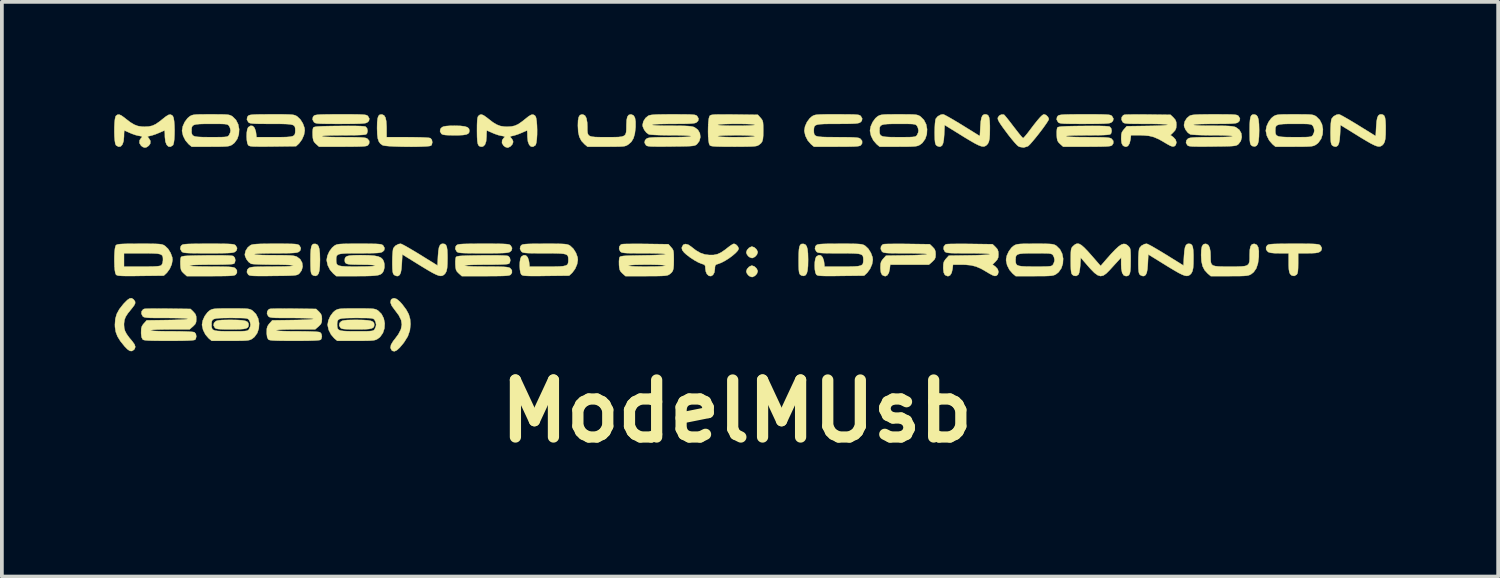
<source format=kicad_pcb>
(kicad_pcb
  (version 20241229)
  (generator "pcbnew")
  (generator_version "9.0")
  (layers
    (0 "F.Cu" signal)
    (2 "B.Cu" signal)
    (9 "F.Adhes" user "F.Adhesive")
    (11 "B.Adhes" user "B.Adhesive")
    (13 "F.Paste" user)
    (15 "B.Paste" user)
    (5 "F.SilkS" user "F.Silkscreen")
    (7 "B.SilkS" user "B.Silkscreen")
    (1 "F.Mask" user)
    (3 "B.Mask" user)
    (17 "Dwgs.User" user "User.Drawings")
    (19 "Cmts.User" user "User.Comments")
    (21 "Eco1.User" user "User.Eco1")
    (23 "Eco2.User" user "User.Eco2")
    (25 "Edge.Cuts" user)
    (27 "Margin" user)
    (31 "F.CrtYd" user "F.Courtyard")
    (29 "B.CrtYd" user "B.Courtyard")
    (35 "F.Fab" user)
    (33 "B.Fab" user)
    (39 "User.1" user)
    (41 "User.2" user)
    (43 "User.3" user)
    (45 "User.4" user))
  (footprint "ModelMUsb"
    (layer "F.Cu")
    (at 16.637 7.938)
    (property "Reference" "ModelMUsb" (at 0 0 0) (layer "F.SilkS") (effects (font (size 1.524 1.524) (thickness 0.3))))
    (attr through_hole)
    (fp_poly (pts (xy 0.47 -4.377) (xy 0.527 -4.325) (xy 0.558 -4.262) (xy 0.559 -4.246) (xy 0.538 -4.183) (xy 0.486 -4.126) (xy 0.422 -4.095) (xy 0.407 -4.093) (xy 0.351 -4.111) (xy 0.305 -4.144) (xy 0.267 -4.2) (xy 0.254 -4.246) (xy 0.276 -4.309) (xy 0.328 -4.366) (xy 0.391 -4.397) (xy 0.407 -4.399) (xy 0.47 -4.377)) (stroke (width 0.01) (type solid)) (fill yes) (layer "F.SilkS"))
    (fp_poly (pts (xy 0.47 -3.869) (xy 0.527 -3.817) (xy 0.558 -3.753) (xy 0.559 -3.738) (xy 0.538 -3.674) (xy 0.486 -3.618) (xy 0.422 -3.587) (xy 0.407 -3.585) (xy 0.351 -3.602) (xy 0.305 -3.636) (xy 0.267 -3.691) (xy 0.254 -3.738) (xy 0.276 -3.801) (xy 0.328 -3.858) (xy 0.391 -3.889) (xy 0.407 -3.89) (xy 0.47 -3.869)) (stroke (width 0.01) (type solid)) (fill yes) (layer "F.SilkS"))
    (fp_poly (pts (xy -7.381 -7.624) (xy -7.269 -7.61) (xy -7.195 -7.586) (xy -7.156 -7.549) (xy -7.145 -7.501) (xy -7.151 -7.452) (xy -7.177 -7.417) (xy -7.228 -7.394) (xy -7.311 -7.38) (xy -7.433 -7.374) (xy -7.539 -7.373) (xy -7.678 -7.375) (xy -7.775 -7.379) (xy -7.839 -7.388) (xy -7.877 -7.402) (xy -7.893 -7.413) (xy -7.929 -7.479) (xy -7.918 -7.544) (xy -7.876 -7.588) (xy -7.835 -7.607) (xy -7.769 -7.619) (xy -7.671 -7.626) (xy -7.539 -7.628) (xy -7.381 -7.624)) (stroke (width 0.01) (type solid)) (fill yes) (layer "F.SilkS"))
    (fp_poly (pts (xy -13.343 -2.438) (xy -13.218 -2.43) (xy -13.131 -2.414) (xy -13.077 -2.39) (xy -13.05 -2.354) (xy -13.043 -2.314) (xy -13.048 -2.269) (xy -13.068 -2.236) (xy -13.109 -2.213) (xy -13.178 -2.198) (xy -13.281 -2.19) (xy -13.425 -2.187) (xy -13.514 -2.187) (xy -13.669 -2.187) (xy -13.781 -2.191) (xy -13.858 -2.196) (xy -13.907 -2.206) (xy -13.936 -2.22) (xy -13.944 -2.227) (xy -13.981 -2.292) (xy -13.969 -2.357) (xy -13.927 -2.401) (xy -13.893 -2.418) (xy -13.839 -2.429) (xy -13.757 -2.437) (xy -13.64 -2.44) (xy -13.514 -2.441) (xy -13.343 -2.438)) (stroke (width 0.01) (type solid)) (fill yes) (layer "F.SilkS"))
    (fp_poly (pts (xy -11.255 -4.47) (xy -11.208 -4.451) (xy -11.175 -4.406) (xy -11.153 -4.329) (xy -11.141 -4.215) (xy -11.137 -4.056) (xy -11.137 -4.043) (xy -11.141 -3.88) (xy -11.152 -3.763) (xy -11.173 -3.683) (xy -11.206 -3.636) (xy -11.251 -3.616) (xy -11.255 -3.615) (xy -11.315 -3.626) (xy -11.349 -3.649) (xy -11.366 -3.674) (xy -11.378 -3.716) (xy -11.385 -3.782) (xy -11.389 -3.88) (xy -11.391 -4.021) (xy -11.391 -4.043) (xy -11.389 -4.205) (xy -11.381 -4.322) (xy -11.367 -4.402) (xy -11.343 -4.449) (xy -11.308 -4.47) (xy -11.26 -4.471) (xy -11.255 -4.47)) (stroke (width 0.01) (type solid)) (fill yes) (layer "F.SilkS"))
    (fp_poly (pts (xy -9.987 -2.438) (xy -9.862 -2.43) (xy -9.775 -2.414) (xy -9.721 -2.39) (xy -9.694 -2.354) (xy -9.687 -2.314) (xy -9.692 -2.269) (xy -9.712 -2.236) (xy -9.753 -2.213) (xy -9.822 -2.198) (xy -9.925 -2.19) (xy -10.069 -2.187) (xy -10.157 -2.187) (xy -10.313 -2.187) (xy -10.425 -2.191) (xy -10.501 -2.196) (xy -10.551 -2.206) (xy -10.58 -2.22) (xy -10.588 -2.227) (xy -10.624 -2.292) (xy -10.613 -2.357) (xy -10.571 -2.401) (xy -10.537 -2.418) (xy -10.483 -2.429) (xy -10.401 -2.437) (xy -10.283 -2.44) (xy -10.157 -2.441) (xy -9.987 -2.438)) (stroke (width 0.01) (type solid)) (fill yes) (layer "F.SilkS"))
    (fp_poly (pts (xy 1.789 -4.47) (xy 1.835 -4.451) (xy 1.868 -4.406) (xy 1.89 -4.329) (xy 1.902 -4.215) (xy 1.906 -4.056) (xy 1.906 -4.043) (xy 1.903 -3.88) (xy 1.891 -3.763) (xy 1.87 -3.683) (xy 1.838 -3.636) (xy 1.792 -3.616) (xy 1.789 -3.615) (xy 1.729 -3.626) (xy 1.694 -3.649) (xy 1.677 -3.674) (xy 1.665 -3.716) (xy 1.658 -3.782) (xy 1.654 -3.88) (xy 1.653 -4.021) (xy 1.653 -4.043) (xy 1.655 -4.205) (xy 1.662 -4.322) (xy 1.676 -4.402) (xy 1.7 -4.449) (xy 1.735 -4.47) (xy 1.783 -4.471) (xy 1.789 -4.47)) (stroke (width 0.01) (type solid)) (fill yes) (layer "F.SilkS"))
    (fp_poly (pts (xy 13.84 -7.928) (xy 13.887 -7.909) (xy 13.92 -7.864) (xy 13.942 -7.787) (xy 13.954 -7.672) (xy 13.958 -7.513) (xy 13.958 -7.501) (xy 13.954 -7.338) (xy 13.943 -7.22) (xy 13.922 -7.141) (xy 13.889 -7.094) (xy 13.844 -7.074) (xy 13.84 -7.073) (xy 13.78 -7.084) (xy 13.746 -7.107) (xy 13.729 -7.132) (xy 13.717 -7.173) (xy 13.709 -7.239) (xy 13.706 -7.338) (xy 13.704 -7.478) (xy 13.704 -7.501) (xy 13.706 -7.663) (xy 13.714 -7.78) (xy 13.728 -7.86) (xy 13.752 -7.907) (xy 13.787 -7.927) (xy 13.835 -7.928) (xy 13.84 -7.928)) (stroke (width 0.01) (type solid)) (fill yes) (layer "F.SilkS"))
    (fp_poly (pts (xy -9.086 -2.997) (xy -9 -2.925) (xy -8.937 -2.854) (xy -8.833 -2.715) (xy -8.765 -2.59) (xy -8.729 -2.464) (xy -8.718 -2.329) (xy -8.735 -2.16) (xy -8.79 -2.001) (xy -8.89 -1.841) (xy -8.916 -1.807) (xy -9.009 -1.697) (xy -9.083 -1.63) (xy -9.144 -1.601) (xy -9.195 -1.61) (xy -9.224 -1.632) (xy -9.253 -1.695) (xy -9.238 -1.777) (xy -9.178 -1.877) (xy -9.156 -1.903) (xy -9.043 -2.054) (xy -8.974 -2.188) (xy -8.949 -2.313) (xy -8.968 -2.435) (xy -9.031 -2.563) (xy -9.137 -2.705) (xy -9.141 -2.71) (xy -9.22 -2.818) (xy -9.253 -2.906) (xy -9.24 -2.974) (xy -9.217 -3) (xy -9.158 -3.021) (xy -9.086 -2.997)) (stroke (width 0.01) (type solid)) (fill yes) (layer "F.SilkS"))
    (fp_poly (pts (xy -16.121 -2.99) (xy -16.111 -2.979) (xy -16.079 -2.933) (xy -16.075 -2.887) (xy -16.1 -2.831) (xy -16.159 -2.753) (xy -16.184 -2.722) (xy -16.272 -2.613) (xy -16.329 -2.524) (xy -16.36 -2.442) (xy -16.373 -2.352) (xy -16.374 -2.306) (xy -16.368 -2.221) (xy -16.346 -2.143) (xy -16.302 -2.06) (xy -16.231 -1.962) (xy -16.154 -1.871) (xy -16.092 -1.785) (xy -16.072 -1.719) (xy -16.091 -1.663) (xy -16.109 -1.642) (xy -16.161 -1.608) (xy -16.218 -1.612) (xy -16.285 -1.658) (xy -16.357 -1.732) (xy -16.471 -1.874) (xy -16.548 -1.999) (xy -16.594 -2.12) (xy -16.614 -2.25) (xy -16.616 -2.314) (xy -16.605 -2.466) (xy -16.568 -2.598) (xy -16.499 -2.725) (xy -16.393 -2.86) (xy -16.369 -2.887) (xy -16.285 -2.971) (xy -16.221 -3.014) (xy -16.169 -3.02) (xy -16.121 -2.99)) (stroke (width 0.01) (type solid)) (fill yes) (layer "F.SilkS"))
    (fp_poly (pts (xy -13.908 -4.475) (xy -13.748 -4.474) (xy -13.627 -4.472) (xy -13.539 -4.468) (xy -13.477 -4.463) (xy -13.436 -4.455) (xy -13.41 -4.445) (xy -13.393 -4.431) (xy -13.39 -4.428) (xy -13.352 -4.361) (xy -13.364 -4.3) (xy -13.405 -4.26) (xy -13.429 -4.248) (xy -13.467 -4.238) (xy -13.524 -4.231) (xy -13.607 -4.226) (xy -13.721 -4.223) (xy -13.872 -4.221) (xy -14.067 -4.221) (xy -14.126 -4.221) (xy -14.328 -4.221) (xy -14.485 -4.222) (xy -14.604 -4.224) (xy -14.69 -4.228) (xy -14.75 -4.233) (xy -14.789 -4.241) (xy -14.814 -4.252) (xy -14.83 -4.266) (xy -14.832 -4.267) (xy -14.87 -4.337) (xy -14.858 -4.404) (xy -14.834 -4.435) (xy -14.816 -4.447) (xy -14.785 -4.457) (xy -14.735 -4.464) (xy -14.661 -4.469) (xy -14.557 -4.472) (xy -14.416 -4.474) (xy -14.234 -4.475) (xy -14.113 -4.475) (xy -13.908 -4.475)) (stroke (width 0.01) (type solid)) (fill yes) (layer "F.SilkS"))
    (fp_poly (pts (xy -10.374 -7.933) (xy -10.214 -7.932) (xy -10.093 -7.93) (xy -10.004 -7.926) (xy -9.943 -7.921) (xy -9.902 -7.913) (xy -9.876 -7.903) (xy -9.859 -7.889) (xy -9.856 -7.886) (xy -9.818 -7.819) (xy -9.83 -7.758) (xy -9.871 -7.718) (xy -9.895 -7.706) (xy -9.933 -7.696) (xy -9.99 -7.689) (xy -10.073 -7.684) (xy -10.187 -7.681) (xy -10.338 -7.679) (xy -10.533 -7.679) (xy -10.591 -7.678) (xy -10.794 -7.679) (xy -10.951 -7.68) (xy -11.07 -7.682) (xy -11.156 -7.685) (xy -11.216 -7.691) (xy -11.255 -7.699) (xy -11.28 -7.71) (xy -11.296 -7.724) (xy -11.298 -7.725) (xy -11.336 -7.795) (xy -11.324 -7.862) (xy -11.3 -7.893) (xy -11.282 -7.905) (xy -11.251 -7.914) (xy -11.201 -7.922) (xy -11.127 -7.927) (xy -11.023 -7.93) (xy -10.882 -7.932) (xy -10.7 -7.933) (xy -10.579 -7.933) (xy -10.374 -7.933)) (stroke (width 0.01) (type solid)) (fill yes) (layer "F.SilkS"))
    (fp_poly (pts (xy -6.56 -4.475) (xy -6.4 -4.474) (xy -6.279 -4.472) (xy -6.191 -4.468) (xy -6.129 -4.463) (xy -6.088 -4.455) (xy -6.062 -4.445) (xy -6.045 -4.431) (xy -6.042 -4.428) (xy -6.004 -4.361) (xy -6.016 -4.3) (xy -6.057 -4.26) (xy -6.081 -4.248) (xy -6.119 -4.238) (xy -6.176 -4.231) (xy -6.259 -4.226) (xy -6.373 -4.223) (xy -6.524 -4.221) (xy -6.719 -4.221) (xy -6.778 -4.221) (xy -6.98 -4.221) (xy -7.137 -4.222) (xy -7.256 -4.224) (xy -7.342 -4.228) (xy -7.402 -4.233) (xy -7.441 -4.241) (xy -7.466 -4.252) (xy -7.483 -4.266) (xy -7.484 -4.267) (xy -7.522 -4.337) (xy -7.51 -4.404) (xy -7.486 -4.435) (xy -7.468 -4.447) (xy -7.437 -4.457) (xy -7.387 -4.464) (xy -7.313 -4.469) (xy -7.209 -4.472) (xy -7.068 -4.474) (xy -6.886 -4.475) (xy -6.765 -4.475) (xy -6.56 -4.475)) (stroke (width 0.01) (type solid)) (fill yes) (layer "F.SilkS"))
    (fp_poly (pts (xy 9.509 -7.933) (xy 9.669 -7.932) (xy 9.79 -7.93) (xy 9.878 -7.926) (xy 9.94 -7.921) (xy 9.981 -7.913) (xy 10.006 -7.903) (xy 10.023 -7.889) (xy 10.026 -7.886) (xy 10.065 -7.819) (xy 10.052 -7.758) (xy 10.012 -7.718) (xy 9.988 -7.706) (xy 9.95 -7.696) (xy 9.893 -7.689) (xy 9.81 -7.684) (xy 9.696 -7.681) (xy 9.545 -7.679) (xy 9.35 -7.679) (xy 9.291 -7.678) (xy 9.089 -7.679) (xy 8.932 -7.68) (xy 8.813 -7.682) (xy 8.727 -7.685) (xy 8.667 -7.691) (xy 8.628 -7.699) (xy 8.603 -7.71) (xy 8.586 -7.724) (xy 8.585 -7.725) (xy 8.547 -7.795) (xy 8.559 -7.862) (xy 8.583 -7.893) (xy 8.601 -7.905) (xy 8.632 -7.914) (xy 8.682 -7.922) (xy 8.756 -7.927) (xy 8.86 -7.93) (xy 9 -7.932) (xy 9.183 -7.933) (xy 9.304 -7.933) (xy 9.509 -7.933)) (stroke (width 0.01) (type solid)) (fill yes) (layer "F.SilkS"))
    (fp_poly (pts (xy -9.475 -7.928) (xy -9.424 -7.904) (xy -9.388 -7.847) (xy -9.367 -7.751) (xy -9.358 -7.612) (xy -9.357 -7.558) (xy -9.357 -7.323) (xy -8.796 -7.323) (xy -8.605 -7.321) (xy -8.444 -7.318) (xy -8.316 -7.312) (xy -8.228 -7.305) (xy -8.186 -7.296) (xy -8.185 -7.296) (xy -8.148 -7.251) (xy -8.136 -7.185) (xy -8.151 -7.12) (xy -8.167 -7.099) (xy -8.203 -7.087) (xy -8.282 -7.078) (xy -8.394 -7.072) (xy -8.531 -7.068) (xy -8.684 -7.066) (xy -8.844 -7.067) (xy -9.003 -7.07) (xy -9.151 -7.075) (xy -9.281 -7.082) (xy -9.383 -7.091) (xy -9.449 -7.102) (xy -9.464 -7.108) (xy -9.524 -7.15) (xy -9.565 -7.208) (xy -9.592 -7.289) (xy -9.606 -7.402) (xy -9.611 -7.556) (xy -9.611 -7.574) (xy -9.608 -7.721) (xy -9.596 -7.825) (xy -9.574 -7.89) (xy -9.54 -7.923) (xy -9.49 -7.929) (xy -9.475 -7.928)) (stroke (width 0.01) (type solid)) (fill yes) (layer "F.SilkS"))
    (fp_poly (pts (xy 15.087 -4.475) (xy 15.245 -4.474) (xy 15.365 -4.472) (xy 15.451 -4.468) (xy 15.511 -4.462) (xy 15.551 -4.455) (xy 15.576 -4.444) (xy 15.593 -4.43) (xy 15.595 -4.428) (xy 15.633 -4.361) (xy 15.621 -4.3) (xy 15.58 -4.26) (xy 15.536 -4.24) (xy 15.466 -4.228) (xy 15.361 -4.222) (xy 15.262 -4.221) (xy 15.001 -4.221) (xy 15.001 -3.955) (xy 14.999 -3.827) (xy 14.993 -3.74) (xy 14.981 -3.684) (xy 14.963 -3.652) (xy 14.961 -3.65) (xy 14.896 -3.614) (xy 14.83 -3.626) (xy 14.786 -3.667) (xy 14.766 -3.713) (xy 14.753 -3.787) (xy 14.747 -3.897) (xy 14.747 -3.972) (xy 14.747 -4.221) (xy 14.498 -4.221) (xy 14.365 -4.223) (xy 14.274 -4.232) (xy 14.214 -4.248) (xy 14.193 -4.26) (xy 14.145 -4.318) (xy 14.144 -4.385) (xy 14.176 -4.435) (xy 14.195 -4.447) (xy 14.226 -4.457) (xy 14.276 -4.464) (xy 14.351 -4.469) (xy 14.456 -4.472) (xy 14.598 -4.474) (xy 14.781 -4.475) (xy 14.884 -4.475) (xy 15.087 -4.475)) (stroke (width 0.01) (type solid)) (fill yes) (layer "F.SilkS"))
    (fp_poly (pts (xy -0.022 -4.454) (xy 0.027 -4.405) (xy 0.051 -4.349) (xy 0.051 -4.342) (xy 0.03 -4.295) (xy -0.027 -4.232) (xy -0.108 -4.161) (xy -0.206 -4.088) (xy -0.31 -4.022) (xy -0.409 -3.97) (xy -0.489 -3.939) (xy -0.549 -3.92) (xy -0.576 -3.893) (xy -0.584 -3.841) (xy -0.585 -3.802) (xy -0.599 -3.708) (xy -0.636 -3.642) (xy -0.688 -3.61) (xy -0.746 -3.618) (xy -0.799 -3.667) (xy -0.826 -3.731) (xy -0.839 -3.811) (xy -0.839 -3.818) (xy -0.843 -3.881) (xy -0.865 -3.914) (xy -0.92 -3.935) (xy -0.938 -3.94) (xy -1.028 -3.976) (xy -1.137 -4.037) (xy -1.251 -4.112) (xy -1.353 -4.191) (xy -1.408 -4.242) (xy -1.456 -4.304) (xy -1.469 -4.358) (xy -1.465 -4.384) (xy -1.43 -4.447) (xy -1.371 -4.468) (xy -1.295 -4.449) (xy -1.225 -4.402) (xy -1.09 -4.297) (xy -0.97 -4.228) (xy -0.852 -4.189) (xy -0.736 -4.174) (xy -0.619 -4.175) (xy -0.518 -4.196) (xy -0.418 -4.242) (xy -0.307 -4.318) (xy -0.241 -4.371) (xy -0.169 -4.425) (xy -0.108 -4.463) (xy -0.074 -4.475) (xy -0.022 -4.454)) (stroke (width 0.01) (type solid)) (fill yes) (layer "F.SilkS"))
    (fp_poly (pts (xy 8.265 -7.913) (xy 8.314 -7.865) (xy 8.339 -7.812) (xy 8.34 -7.806) (xy 8.324 -7.77) (xy 8.282 -7.703) (xy 8.22 -7.614) (xy 8.145 -7.512) (xy 8.062 -7.404) (xy 7.979 -7.3) (xy 7.901 -7.207) (xy 7.836 -7.133) (xy 7.79 -7.088) (xy 7.778 -7.08) (xy 7.668 -7.046) (xy 7.562 -7.063) (xy 7.523 -7.081) (xy 7.486 -7.113) (xy 7.425 -7.179) (xy 7.348 -7.27) (xy 7.262 -7.378) (xy 7.209 -7.449) (xy 7.114 -7.577) (xy 7.047 -7.673) (xy 7.004 -7.742) (xy 6.981 -7.791) (xy 6.975 -7.827) (xy 6.977 -7.843) (xy 7.011 -7.896) (xy 7.07 -7.927) (xy 7.13 -7.927) (xy 7.144 -7.921) (xy 7.168 -7.895) (xy 7.217 -7.836) (xy 7.284 -7.752) (xy 7.362 -7.65) (xy 7.4 -7.6) (xy 7.482 -7.494) (xy 7.553 -7.404) (xy 7.609 -7.338) (xy 7.644 -7.302) (xy 7.651 -7.297) (xy 7.674 -7.316) (xy 7.72 -7.368) (xy 7.78 -7.442) (xy 7.819 -7.494) (xy 7.939 -7.652) (xy 8.034 -7.771) (xy 8.107 -7.855) (xy 8.161 -7.907) (xy 8.199 -7.931) (xy 8.211 -7.933) (xy 8.265 -7.913)) (stroke (width 0.01) (type solid)) (fill yes) (layer "F.SilkS"))
    (fp_poly (pts (xy -7.806 -4.468) (xy -7.771 -4.441) (xy -7.748 -4.388) (xy -7.735 -4.302) (xy -7.73 -4.175) (xy -7.729 -4.09) (xy -7.732 -3.937) (xy -7.74 -3.825) (xy -7.756 -3.746) (xy -7.783 -3.691) (xy -7.821 -3.649) (xy -7.829 -3.643) (xy -7.865 -3.622) (xy -7.908 -3.615) (xy -7.961 -3.623) (xy -8.033 -3.65) (xy -8.127 -3.697) (xy -8.251 -3.768) (xy -8.409 -3.863) (xy -8.469 -3.9) (xy -8.937 -4.19) (xy -8.95 -3.942) (xy -8.961 -3.8) (xy -8.979 -3.703) (xy -9.007 -3.643) (xy -9.046 -3.615) (xy -9.078 -3.61) (xy -9.133 -3.628) (xy -9.164 -3.65) (xy -9.182 -3.679) (xy -9.194 -3.727) (xy -9.201 -3.804) (xy -9.204 -3.919) (xy -9.204 -3.992) (xy -9.202 -4.118) (xy -9.195 -4.23) (xy -9.186 -4.314) (xy -9.176 -4.356) (xy -9.122 -4.421) (xy -9.041 -4.465) (xy -8.98 -4.475) (xy -8.946 -4.462) (xy -8.876 -4.426) (xy -8.777 -4.37) (xy -8.656 -4.299) (xy -8.519 -4.217) (xy -8.466 -4.184) (xy -7.996 -3.893) (xy -7.984 -4.142) (xy -7.973 -4.284) (xy -7.955 -4.382) (xy -7.927 -4.442) (xy -7.888 -4.47) (xy -7.855 -4.475) (xy -7.806 -4.468)) (stroke (width 0.01) (type solid)) (fill yes) (layer "F.SilkS"))
    (fp_poly (pts (xy 6.686 -7.925) (xy 6.721 -7.899) (xy 6.744 -7.846) (xy 6.757 -7.759) (xy 6.763 -7.633) (xy 6.763 -7.548) (xy 6.761 -7.395) (xy 6.753 -7.283) (xy 6.736 -7.204) (xy 6.71 -7.148) (xy 6.672 -7.107) (xy 6.664 -7.101) (xy 6.627 -7.08) (xy 6.585 -7.072) (xy 6.531 -7.081) (xy 6.46 -7.108) (xy 6.365 -7.155) (xy 6.242 -7.226) (xy 6.083 -7.321) (xy 6.024 -7.358) (xy 5.555 -7.648) (xy 5.543 -7.4) (xy 5.532 -7.258) (xy 5.513 -7.161) (xy 5.486 -7.101) (xy 5.447 -7.073) (xy 5.414 -7.068) (xy 5.36 -7.085) (xy 5.328 -7.108) (xy 5.311 -7.137) (xy 5.299 -7.185) (xy 5.292 -7.262) (xy 5.289 -7.376) (xy 5.288 -7.45) (xy 5.291 -7.576) (xy 5.297 -7.688) (xy 5.307 -7.772) (xy 5.317 -7.814) (xy 5.371 -7.879) (xy 5.452 -7.923) (xy 5.513 -7.933) (xy 5.547 -7.92) (xy 5.617 -7.884) (xy 5.716 -7.828) (xy 5.837 -7.757) (xy 5.973 -7.675) (xy 6.027 -7.642) (xy 6.496 -7.351) (xy 6.509 -7.6) (xy 6.52 -7.742) (xy 6.538 -7.84) (xy 6.565 -7.899) (xy 6.604 -7.928) (xy 6.637 -7.933) (xy 6.686 -7.925)) (stroke (width 0.01) (type solid)) (fill yes) (layer "F.SilkS"))
    (fp_poly (pts (xy 12.128 -4.468) (xy 12.162 -4.441) (xy 12.185 -4.388) (xy 12.198 -4.302) (xy 12.204 -4.175) (xy 12.204 -4.09) (xy 12.202 -3.937) (xy 12.194 -3.825) (xy 12.177 -3.746) (xy 12.151 -3.691) (xy 12.113 -3.649) (xy 12.105 -3.643) (xy 12.068 -3.622) (xy 12.026 -3.615) (xy 11.972 -3.623) (xy 11.901 -3.65) (xy 11.806 -3.697) (xy 11.683 -3.768) (xy 11.524 -3.863) (xy 11.465 -3.9) (xy 10.996 -4.19) (xy 10.984 -3.942) (xy 10.973 -3.8) (xy 10.955 -3.703) (xy 10.927 -3.643) (xy 10.888 -3.615) (xy 10.855 -3.61) (xy 10.801 -3.628) (xy 10.769 -3.65) (xy 10.752 -3.679) (xy 10.74 -3.727) (xy 10.733 -3.804) (xy 10.73 -3.919) (xy 10.73 -3.992) (xy 10.732 -4.118) (xy 10.738 -4.23) (xy 10.748 -4.314) (xy 10.758 -4.356) (xy 10.812 -4.421) (xy 10.893 -4.465) (xy 10.954 -4.475) (xy 10.988 -4.462) (xy 11.058 -4.426) (xy 11.157 -4.37) (xy 11.278 -4.299) (xy 11.414 -4.217) (xy 11.468 -4.184) (xy 11.937 -3.893) (xy 11.95 -4.142) (xy 11.961 -4.284) (xy 11.979 -4.382) (xy 12.006 -4.442) (xy 12.045 -4.47) (xy 12.078 -4.475) (xy 12.128 -4.468)) (stroke (width 0.01) (type solid)) (fill yes) (layer "F.SilkS"))
    (fp_poly (pts (xy 17.263 -7.925) (xy 17.298 -7.899) (xy 17.321 -7.846) (xy 17.334 -7.759) (xy 17.34 -7.633) (xy 17.34 -7.548) (xy 17.338 -7.395) (xy 17.33 -7.283) (xy 17.313 -7.204) (xy 17.287 -7.148) (xy 17.249 -7.107) (xy 17.241 -7.101) (xy 17.204 -7.08) (xy 17.162 -7.072) (xy 17.108 -7.081) (xy 17.037 -7.108) (xy 16.942 -7.155) (xy 16.819 -7.226) (xy 16.66 -7.321) (xy 16.601 -7.358) (xy 16.132 -7.648) (xy 16.12 -7.4) (xy 16.109 -7.258) (xy 16.09 -7.161) (xy 16.063 -7.101) (xy 16.024 -7.073) (xy 15.991 -7.068) (xy 15.937 -7.085) (xy 15.905 -7.108) (xy 15.888 -7.137) (xy 15.876 -7.185) (xy 15.869 -7.262) (xy 15.866 -7.376) (xy 15.865 -7.45) (xy 15.868 -7.576) (xy 15.874 -7.688) (xy 15.884 -7.772) (xy 15.894 -7.814) (xy 15.947 -7.879) (xy 16.029 -7.923) (xy 16.09 -7.933) (xy 16.124 -7.92) (xy 16.194 -7.884) (xy 16.293 -7.828) (xy 16.414 -7.757) (xy 16.55 -7.675) (xy 16.604 -7.642) (xy 17.073 -7.351) (xy 17.086 -7.6) (xy 17.097 -7.742) (xy 17.115 -7.84) (xy 17.142 -7.899) (xy 17.181 -7.928) (xy 17.214 -7.933) (xy 17.263 -7.925)) (stroke (width 0.01) (type solid)) (fill yes) (layer "F.SilkS"))
    (fp_poly (pts (xy -2.813 -7.928) (xy -2.757 -7.902) (xy -2.721 -7.841) (xy -2.704 -7.74) (xy -2.704 -7.596) (xy -2.705 -7.583) (xy -2.724 -7.419) (xy -2.76 -7.294) (xy -2.816 -7.2) (xy -2.895 -7.13) (xy -2.928 -7.109) (xy -2.961 -7.093) (xy -3.002 -7.082) (xy -3.058 -7.075) (xy -3.137 -7.071) (xy -3.248 -7.069) (xy -3.398 -7.068) (xy -3.487 -7.068) (xy -3.988 -7.068) (xy -4.07 -7.137) (xy -4.152 -7.225) (xy -4.207 -7.332) (xy -4.237 -7.468) (xy -4.245 -7.632) (xy -4.241 -7.768) (xy -4.223 -7.859) (xy -4.191 -7.911) (xy -4.142 -7.929) (xy -4.11 -7.928) (xy -4.055 -7.899) (xy -4.017 -7.828) (xy -3.997 -7.714) (xy -3.992 -7.598) (xy -3.992 -7.505) (xy -3.986 -7.436) (xy -3.968 -7.387) (xy -3.932 -7.355) (xy -3.872 -7.336) (xy -3.78 -7.326) (xy -3.651 -7.323) (xy -3.477 -7.323) (xy -3.47 -7.323) (xy -3.295 -7.323) (xy -3.165 -7.326) (xy -3.072 -7.337) (xy -3.01 -7.36) (xy -2.974 -7.397) (xy -2.956 -7.454) (xy -2.95 -7.534) (xy -2.949 -7.641) (xy -2.949 -7.644) (xy -2.943 -7.777) (xy -2.924 -7.866) (xy -2.889 -7.915) (xy -2.836 -7.93) (xy -2.813 -7.928)) (stroke (width 0.01) (type solid)) (fill yes) (layer "F.SilkS"))
    (fp_poly (pts (xy 13.84 -4.47) (xy 13.897 -4.444) (xy 13.933 -4.382) (xy 13.95 -4.281) (xy 13.949 -4.136) (xy 13.949 -4.127) (xy 13.926 -3.95) (xy 13.881 -3.815) (xy 13.812 -3.716) (xy 13.747 -3.664) (xy 13.713 -3.645) (xy 13.677 -3.632) (xy 13.629 -3.622) (xy 13.562 -3.616) (xy 13.468 -3.612) (xy 13.339 -3.611) (xy 13.168 -3.61) (xy 13.163 -3.61) (xy 12.666 -3.61) (xy 12.584 -3.679) (xy 12.502 -3.768) (xy 12.447 -3.875) (xy 12.417 -4.01) (xy 12.408 -4.174) (xy 12.413 -4.31) (xy 12.43 -4.401) (xy 12.462 -4.453) (xy 12.512 -4.472) (xy 12.544 -4.47) (xy 12.599 -4.441) (xy 12.636 -4.37) (xy 12.657 -4.256) (xy 12.661 -4.14) (xy 12.662 -4.047) (xy 12.668 -3.978) (xy 12.686 -3.929) (xy 12.721 -3.897) (xy 12.782 -3.878) (xy 12.874 -3.868) (xy 13.003 -3.865) (xy 13.176 -3.865) (xy 13.183 -3.865) (xy 13.358 -3.865) (xy 13.489 -3.869) (xy 13.582 -3.879) (xy 13.643 -3.902) (xy 13.68 -3.939) (xy 13.698 -3.996) (xy 13.704 -4.076) (xy 13.704 -4.184) (xy 13.704 -4.186) (xy 13.71 -4.319) (xy 13.729 -4.408) (xy 13.765 -4.457) (xy 13.818 -4.472) (xy 13.84 -4.47)) (stroke (width 0.01) (type solid)) (fill yes) (layer "F.SilkS"))
    (fp_poly (pts (xy 4.477 -4.471) (xy 4.569 -4.47) (xy 5.158 -4.462) (xy 5.236 -4.387) (xy 5.287 -4.329) (xy 5.309 -4.268) (xy 5.314 -4.193) (xy 5.309 -4.113) (xy 5.285 -4.057) (xy 5.232 -4.002) (xy 5.224 -3.994) (xy 5.134 -3.916) (xy 4.1 -3.916) (xy 4.087 -3.801) (xy 4.063 -3.697) (xy 4.021 -3.631) (xy 3.966 -3.607) (xy 3.904 -3.629) (xy 3.879 -3.65) (xy 3.852 -3.706) (xy 3.84 -3.804) (xy 3.839 -3.841) (xy 3.843 -3.933) (xy 3.858 -3.995) (xy 3.892 -4.049) (xy 3.913 -4.074) (xy 3.988 -4.157) (xy 4.536 -4.165) (xy 4.711 -4.168) (xy 4.86 -4.174) (xy 4.975 -4.18) (xy 5.052 -4.187) (xy 5.084 -4.195) (xy 5.085 -4.197) (xy 5.06 -4.204) (xy 4.99 -4.211) (xy 4.878 -4.216) (xy 4.731 -4.219) (xy 4.552 -4.221) (xy 4.504 -4.221) (xy 4.317 -4.221) (xy 4.174 -4.222) (xy 4.069 -4.224) (xy 3.994 -4.229) (xy 3.944 -4.236) (xy 3.912 -4.245) (xy 3.891 -4.258) (xy 3.878 -4.27) (xy 3.848 -4.334) (xy 3.854 -4.4) (xy 3.893 -4.45) (xy 3.923 -4.463) (xy 3.964 -4.467) (xy 4.048 -4.47) (xy 4.167 -4.471) (xy 4.313 -4.472) (xy 4.477 -4.471)) (stroke (width 0.01) (type solid)) (fill yes) (layer "F.SilkS"))
    (fp_poly (pts (xy -13.727 -4.165) (xy -13.584 -4.161) (xy -13.491 -4.154) (xy -13.451 -4.145) (xy -13.412 -4.099) (xy -13.399 -4.031) (xy -13.415 -3.966) (xy -13.43 -3.946) (xy -13.458 -3.935) (xy -13.521 -3.927) (xy -13.622 -3.921) (xy -13.765 -3.917) (xy -13.954 -3.916) (xy -14.04 -3.916) (xy -14.243 -3.914) (xy -14.405 -3.911) (xy -14.523 -3.906) (xy -14.596 -3.899) (xy -14.62 -3.89) (xy -14.595 -3.881) (xy -14.521 -3.874) (xy -14.402 -3.869) (xy -14.239 -3.866) (xy -14.04 -3.865) (xy -13.848 -3.864) (xy -13.699 -3.862) (xy -13.589 -3.859) (xy -13.51 -3.853) (xy -13.456 -3.845) (xy -13.421 -3.834) (xy -13.405 -3.825) (xy -13.357 -3.767) (xy -13.356 -3.7) (xy -13.388 -3.65) (xy -13.407 -3.638) (xy -13.439 -3.628) (xy -13.49 -3.621) (xy -13.567 -3.616) (xy -13.675 -3.613) (xy -13.82 -3.611) (xy -14.008 -3.61) (xy -14.062 -3.61) (xy -14.695 -3.61) (xy -14.777 -3.683) (xy -14.823 -3.73) (xy -14.849 -3.777) (xy -14.862 -3.843) (xy -14.867 -3.919) (xy -14.868 -4.009) (xy -14.861 -4.083) (xy -14.85 -4.119) (xy -14.835 -4.131) (xy -14.804 -4.14) (xy -14.752 -4.148) (xy -14.672 -4.153) (xy -14.559 -4.158) (xy -14.408 -4.161) (xy -14.213 -4.164) (xy -14.163 -4.165) (xy -13.92 -4.166) (xy -13.727 -4.165)) (stroke (width 0.01) (type solid)) (fill yes) (layer "F.SilkS"))
    (fp_poly (pts (xy -10.192 -7.623) (xy -10.049 -7.619) (xy -9.957 -7.612) (xy -9.916 -7.603) (xy -9.878 -7.557) (xy -9.865 -7.489) (xy -9.88 -7.424) (xy -9.896 -7.404) (xy -9.924 -7.393) (xy -9.987 -7.385) (xy -10.088 -7.379) (xy -10.231 -7.375) (xy -10.42 -7.374) (xy -10.506 -7.373) (xy -10.709 -7.372) (xy -10.871 -7.369) (xy -10.989 -7.364) (xy -11.061 -7.357) (xy -11.085 -7.348) (xy -11.06 -7.339) (xy -10.987 -7.332) (xy -10.868 -7.327) (xy -10.705 -7.324) (xy -10.506 -7.323) (xy -10.314 -7.322) (xy -10.165 -7.32) (xy -10.055 -7.317) (xy -9.976 -7.311) (xy -9.922 -7.303) (xy -9.887 -7.292) (xy -9.871 -7.283) (xy -9.822 -7.225) (xy -9.822 -7.158) (xy -9.854 -7.108) (xy -9.873 -7.096) (xy -9.905 -7.086) (xy -9.956 -7.079) (xy -10.033 -7.074) (xy -10.141 -7.071) (xy -10.286 -7.069) (xy -10.474 -7.068) (xy -10.528 -7.068) (xy -11.161 -7.068) (xy -11.243 -7.141) (xy -11.288 -7.188) (xy -11.314 -7.235) (xy -11.327 -7.301) (xy -11.333 -7.376) (xy -11.334 -7.467) (xy -11.327 -7.541) (xy -11.316 -7.577) (xy -11.301 -7.589) (xy -11.27 -7.598) (xy -11.218 -7.606) (xy -11.138 -7.611) (xy -11.025 -7.616) (xy -10.874 -7.619) (xy -10.679 -7.622) (xy -10.629 -7.622) (xy -10.386 -7.624) (xy -10.192 -7.623)) (stroke (width 0.01) (type solid)) (fill yes) (layer "F.SilkS"))
    (fp_poly (pts (xy -6.379 -4.165) (xy -6.236 -4.161) (xy -6.143 -4.154) (xy -6.103 -4.145) (xy -6.064 -4.099) (xy -6.051 -4.031) (xy -6.067 -3.966) (xy -6.082 -3.946) (xy -6.11 -3.935) (xy -6.173 -3.927) (xy -6.274 -3.921) (xy -6.417 -3.917) (xy -6.606 -3.916) (xy -6.692 -3.916) (xy -6.895 -3.914) (xy -7.057 -3.911) (xy -7.175 -3.906) (xy -7.248 -3.899) (xy -7.272 -3.89) (xy -7.247 -3.881) (xy -7.173 -3.874) (xy -7.054 -3.869) (xy -6.891 -3.866) (xy -6.693 -3.865) (xy -6.5 -3.864) (xy -6.351 -3.862) (xy -6.241 -3.859) (xy -6.162 -3.853) (xy -6.108 -3.845) (xy -6.073 -3.834) (xy -6.057 -3.825) (xy -6.009 -3.767) (xy -6.008 -3.7) (xy -6.04 -3.65) (xy -6.059 -3.638) (xy -6.091 -3.628) (xy -6.142 -3.621) (xy -6.219 -3.616) (xy -6.327 -3.613) (xy -6.472 -3.611) (xy -6.66 -3.61) (xy -6.714 -3.61) (xy -7.347 -3.61) (xy -7.429 -3.683) (xy -7.475 -3.73) (xy -7.501 -3.777) (xy -7.514 -3.843) (xy -7.519 -3.919) (xy -7.52 -4.009) (xy -7.513 -4.083) (xy -7.503 -4.119) (xy -7.488 -4.131) (xy -7.456 -4.14) (xy -7.404 -4.148) (xy -7.324 -4.153) (xy -7.211 -4.158) (xy -7.06 -4.161) (xy -6.865 -4.164) (xy -6.816 -4.165) (xy -6.572 -4.166) (xy -6.379 -4.165)) (stroke (width 0.01) (type solid)) (fill yes) (layer "F.SilkS"))
    (fp_poly (pts (xy 9.69 -7.623) (xy 9.833 -7.619) (xy 9.926 -7.612) (xy 9.966 -7.603) (xy 10.005 -7.557) (xy 10.018 -7.489) (xy 10.002 -7.424) (xy 9.987 -7.404) (xy 9.959 -7.393) (xy 9.896 -7.385) (xy 9.795 -7.379) (xy 9.652 -7.375) (xy 9.463 -7.374) (xy 9.377 -7.373) (xy 9.174 -7.372) (xy 9.012 -7.369) (xy 8.894 -7.364) (xy 8.821 -7.357) (xy 8.797 -7.348) (xy 8.822 -7.339) (xy 8.896 -7.332) (xy 9.015 -7.327) (xy 9.177 -7.324) (xy 9.376 -7.323) (xy 9.569 -7.322) (xy 9.717 -7.32) (xy 9.828 -7.317) (xy 9.907 -7.311) (xy 9.96 -7.303) (xy 9.996 -7.292) (xy 10.012 -7.283) (xy 10.06 -7.225) (xy 10.061 -7.158) (xy 10.029 -7.108) (xy 10.01 -7.096) (xy 9.978 -7.086) (xy 9.926 -7.079) (xy 9.85 -7.074) (xy 9.742 -7.071) (xy 9.597 -7.069) (xy 9.408 -7.068) (xy 9.355 -7.068) (xy 8.722 -7.068) (xy 8.64 -7.141) (xy 8.594 -7.188) (xy 8.568 -7.235) (xy 8.555 -7.301) (xy 8.55 -7.376) (xy 8.549 -7.467) (xy 8.556 -7.541) (xy 8.566 -7.577) (xy 8.581 -7.589) (xy 8.612 -7.598) (xy 8.665 -7.606) (xy 8.745 -7.611) (xy 8.858 -7.616) (xy 9.009 -7.619) (xy 9.204 -7.622) (xy 9.253 -7.622) (xy 9.497 -7.624) (xy 9.69 -7.623)) (stroke (width 0.01) (type solid)) (fill yes) (layer "F.SilkS"))
    (fp_poly (pts (xy 9.145 -4.473) (xy 9.209 -4.438) (xy 9.287 -4.37) (xy 9.386 -4.267) (xy 9.487 -4.153) (xy 9.723 -3.882) (xy 9.863 -4.045) (xy 10.001 -4.201) (xy 10.112 -4.318) (xy 10.202 -4.401) (xy 10.275 -4.451) (xy 10.336 -4.471) (xy 10.39 -4.465) (xy 10.44 -4.434) (xy 10.464 -4.412) (xy 10.489 -4.384) (xy 10.507 -4.354) (xy 10.518 -4.311) (xy 10.523 -4.247) (xy 10.526 -4.15) (xy 10.526 -4.02) (xy 10.524 -3.865) (xy 10.517 -3.754) (xy 10.502 -3.68) (xy 10.477 -3.636) (xy 10.44 -3.615) (xy 10.399 -3.61) (xy 10.339 -3.632) (xy 10.298 -3.698) (xy 10.276 -3.809) (xy 10.271 -3.915) (xy 10.271 -4.106) (xy 10.176 -4.003) (xy 10.106 -3.927) (xy 10.023 -3.836) (xy 9.962 -3.769) (xy 9.873 -3.68) (xy 9.795 -3.626) (xy 9.721 -3.611) (xy 9.644 -3.634) (xy 9.557 -3.697) (xy 9.454 -3.802) (xy 9.394 -3.869) (xy 9.191 -4.104) (xy 9.178 -3.898) (xy 9.167 -3.794) (xy 9.151 -3.708) (xy 9.133 -3.656) (xy 9.13 -3.652) (xy 9.071 -3.614) (xy 9.004 -3.622) (xy 8.964 -3.65) (xy 8.947 -3.677) (xy 8.936 -3.723) (xy 8.928 -3.795) (xy 8.925 -3.904) (xy 8.924 -4.02) (xy 8.925 -4.156) (xy 8.927 -4.25) (xy 8.933 -4.314) (xy 8.944 -4.356) (xy 8.962 -4.386) (xy 8.987 -4.412) (xy 9.04 -4.457) (xy 9.091 -4.478) (xy 9.145 -4.473)) (stroke (width 0.01) (type solid)) (fill yes) (layer "F.SilkS"))
    (fp_poly (pts (xy -15.767 -4.475) (xy -15.622 -4.474) (xy -15.514 -4.471) (xy -15.436 -4.467) (xy -15.38 -4.46) (xy -15.34 -4.45) (xy -15.309 -4.437) (xy -15.28 -4.418) (xy -15.278 -4.417) (xy -15.196 -4.339) (xy -15.129 -4.231) (xy -15.086 -4.115) (xy -15.078 -4.044) (xy -15.098 -3.927) (xy -15.151 -3.805) (xy -15.225 -3.703) (xy -15.241 -3.687) (xy -15.31 -3.623) (xy -15.928 -3.616) (xy -16.124 -3.613) (xy -16.275 -3.613) (xy -16.388 -3.614) (xy -16.469 -3.618) (xy -16.524 -3.623) (xy -16.559 -3.632) (xy -16.581 -3.644) (xy -16.587 -3.649) (xy -16.606 -3.694) (xy -16.62 -3.777) (xy -16.628 -3.887) (xy -16.632 -4.011) (xy -16.631 -4.139) (xy -16.627 -4.221) (xy -16.374 -4.221) (xy -16.374 -3.865) (xy -15.893 -3.865) (xy -15.72 -3.865) (xy -15.591 -3.867) (xy -15.499 -3.872) (xy -15.436 -3.879) (xy -15.397 -3.889) (xy -15.374 -3.902) (xy -15.371 -3.905) (xy -15.344 -3.957) (xy -15.332 -4.033) (xy -15.332 -4.043) (xy -15.333 -4.101) (xy -15.343 -4.144) (xy -15.368 -4.176) (xy -15.412 -4.197) (xy -15.484 -4.211) (xy -15.588 -4.217) (xy -15.731 -4.22) (xy -15.893 -4.221) (xy -16.374 -4.221) (xy -16.627 -4.221) (xy -16.625 -4.257) (xy -16.614 -4.355) (xy -16.598 -4.419) (xy -16.588 -4.435) (xy -16.569 -4.448) (xy -16.536 -4.458) (xy -16.483 -4.465) (xy -16.404 -4.47) (xy -16.293 -4.473) (xy -16.143 -4.474) (xy -15.956 -4.475) (xy -15.767 -4.475)) (stroke (width 0.01) (type solid)) (fill yes) (layer "F.SilkS"))
    (fp_poly (pts (xy 6.155 -4.471) (xy 6.248 -4.47) (xy 6.836 -4.462) (xy 6.914 -4.387) (xy 6.965 -4.329) (xy 6.987 -4.268) (xy 6.992 -4.193) (xy 6.986 -4.109) (xy 6.959 -4.049) (xy 6.913 -3.997) (xy 6.835 -3.92) (xy 6.913 -3.862) (xy 6.972 -3.797) (xy 6.993 -3.724) (xy 6.975 -3.657) (xy 6.961 -3.641) (xy 6.929 -3.618) (xy 6.889 -3.615) (xy 6.832 -3.635) (xy 6.749 -3.679) (xy 6.678 -3.722) (xy 6.525 -3.81) (xy 6.391 -3.867) (xy 6.257 -3.9) (xy 6.106 -3.914) (xy 6.016 -3.916) (xy 5.778 -3.916) (xy 5.765 -3.801) (xy 5.741 -3.697) (xy 5.699 -3.631) (xy 5.644 -3.607) (xy 5.582 -3.629) (xy 5.557 -3.65) (xy 5.53 -3.706) (xy 5.518 -3.804) (xy 5.517 -3.841) (xy 5.521 -3.933) (xy 5.536 -3.995) (xy 5.57 -4.049) (xy 5.591 -4.074) (xy 5.666 -4.157) (xy 6.214 -4.165) (xy 6.39 -4.168) (xy 6.538 -4.174) (xy 6.653 -4.18) (xy 6.73 -4.187) (xy 6.762 -4.195) (xy 6.763 -4.197) (xy 6.739 -4.204) (xy 6.668 -4.211) (xy 6.557 -4.216) (xy 6.409 -4.219) (xy 6.23 -4.221) (xy 6.182 -4.221) (xy 5.995 -4.221) (xy 5.852 -4.222) (xy 5.747 -4.224) (xy 5.672 -4.229) (xy 5.622 -4.236) (xy 5.59 -4.245) (xy 5.569 -4.258) (xy 5.556 -4.27) (xy 5.526 -4.334) (xy 5.532 -4.4) (xy 5.571 -4.45) (xy 5.601 -4.463) (xy 5.642 -4.467) (xy 5.727 -4.47) (xy 5.845 -4.471) (xy 5.991 -4.472) (xy 6.155 -4.471)) (stroke (width 0.01) (type solid)) (fill yes) (layer "F.SilkS"))
    (fp_poly (pts (xy 10.91 -7.929) (xy 11.002 -7.928) (xy 11.591 -7.92) (xy 11.669 -7.845) (xy 11.719 -7.787) (xy 11.742 -7.726) (xy 11.747 -7.651) (xy 11.74 -7.567) (xy 11.714 -7.507) (xy 11.668 -7.455) (xy 11.589 -7.378) (xy 11.668 -7.32) (xy 11.726 -7.255) (xy 11.748 -7.182) (xy 11.729 -7.115) (xy 11.716 -7.099) (xy 11.684 -7.076) (xy 11.644 -7.073) (xy 11.587 -7.092) (xy 11.504 -7.137) (xy 11.432 -7.18) (xy 11.28 -7.267) (xy 11.146 -7.325) (xy 11.012 -7.358) (xy 10.86 -7.372) (xy 10.77 -7.373) (xy 10.533 -7.373) (xy 10.52 -7.259) (xy 10.495 -7.155) (xy 10.453 -7.089) (xy 10.399 -7.065) (xy 10.336 -7.087) (xy 10.312 -7.108) (xy 10.284 -7.164) (xy 10.272 -7.262) (xy 10.272 -7.299) (xy 10.276 -7.391) (xy 10.291 -7.453) (xy 10.325 -7.507) (xy 10.346 -7.532) (xy 10.42 -7.615) (xy 10.969 -7.623) (xy 11.144 -7.626) (xy 11.292 -7.631) (xy 11.408 -7.638) (xy 11.484 -7.645) (xy 11.517 -7.653) (xy 11.518 -7.654) (xy 11.493 -7.662) (xy 11.423 -7.669) (xy 11.311 -7.674) (xy 11.164 -7.677) (xy 10.985 -7.678) (xy 10.937 -7.678) (xy 10.75 -7.679) (xy 10.607 -7.68) (xy 10.501 -7.682) (xy 10.427 -7.687) (xy 10.377 -7.693) (xy 10.344 -7.703) (xy 10.323 -7.716) (xy 10.311 -7.728) (xy 10.28 -7.792) (xy 10.287 -7.858) (xy 10.326 -7.908) (xy 10.356 -7.921) (xy 10.397 -7.925) (xy 10.481 -7.928) (xy 10.6 -7.929) (xy 10.746 -7.93) (xy 10.91 -7.929)) (stroke (width 0.01) (type solid)) (fill yes) (layer "F.SilkS"))
    (fp_poly (pts (xy 2.872 -7.932) (xy 3.017 -7.931) (xy 3.124 -7.929) (xy 3.2 -7.924) (xy 3.251 -7.918) (xy 3.284 -7.908) (xy 3.305 -7.895) (xy 3.314 -7.886) (xy 3.352 -7.819) (xy 3.34 -7.758) (xy 3.3 -7.718) (xy 3.273 -7.705) (xy 3.231 -7.695) (xy 3.168 -7.687) (xy 3.078 -7.683) (xy 2.953 -7.68) (xy 2.786 -7.679) (xy 2.691 -7.678) (xy 2.496 -7.678) (xy 2.346 -7.676) (xy 2.235 -7.67) (xy 2.157 -7.659) (xy 2.106 -7.641) (xy 2.077 -7.614) (xy 2.064 -7.577) (xy 2.06 -7.529) (xy 2.059 -7.501) (xy 2.061 -7.446) (xy 2.069 -7.403) (xy 2.09 -7.372) (xy 2.129 -7.35) (xy 2.193 -7.336) (xy 2.287 -7.328) (xy 2.418 -7.324) (xy 2.59 -7.323) (xy 2.691 -7.323) (xy 2.879 -7.322) (xy 3.023 -7.32) (xy 3.129 -7.316) (xy 3.205 -7.31) (xy 3.255 -7.302) (xy 3.288 -7.29) (xy 3.3 -7.283) (xy 3.348 -7.225) (xy 3.349 -7.158) (xy 3.316 -7.108) (xy 3.297 -7.095) (xy 3.264 -7.086) (xy 3.212 -7.078) (xy 3.134 -7.073) (xy 3.024 -7.07) (xy 2.876 -7.069) (xy 2.683 -7.068) (xy 2.67 -7.068) (xy 2.063 -7.068) (xy 1.982 -7.137) (xy 1.896 -7.236) (xy 1.834 -7.359) (xy 1.806 -7.485) (xy 1.806 -7.501) (xy 1.825 -7.612) (xy 1.877 -7.728) (xy 1.951 -7.828) (xy 2.006 -7.875) (xy 2.036 -7.894) (xy 2.066 -7.908) (xy 2.106 -7.918) (xy 2.161 -7.925) (xy 2.238 -7.929) (xy 2.345 -7.932) (xy 2.488 -7.933) (xy 2.675 -7.933) (xy 2.682 -7.933) (xy 2.872 -7.932)) (stroke (width 0.01) (type solid)) (fill yes) (layer "F.SilkS"))
    (fp_poly (pts (xy -12.233 -7.933) (xy -12.088 -7.932) (xy -11.98 -7.929) (xy -11.902 -7.925) (xy -11.846 -7.918) (xy -11.806 -7.908) (xy -11.775 -7.894) (xy -11.745 -7.876) (xy -11.744 -7.875) (xy -11.662 -7.797) (xy -11.594 -7.689) (xy -11.552 -7.573) (xy -11.544 -7.501) (xy -11.564 -7.385) (xy -11.617 -7.263) (xy -11.691 -7.161) (xy -11.707 -7.145) (xy -11.776 -7.081) (xy -12.394 -7.073) (xy -12.59 -7.071) (xy -12.741 -7.071) (xy -12.854 -7.072) (xy -12.935 -7.075) (xy -12.99 -7.081) (xy -13.025 -7.09) (xy -13.047 -7.102) (xy -13.053 -7.107) (xy -13.077 -7.158) (xy -13.091 -7.242) (xy -13.097 -7.343) (xy -13.093 -7.445) (xy -13.079 -7.531) (xy -13.056 -7.585) (xy -13.054 -7.588) (xy -12.99 -7.628) (xy -12.932 -7.621) (xy -12.885 -7.571) (xy -12.853 -7.48) (xy -12.846 -7.437) (xy -12.833 -7.323) (xy -12.355 -7.323) (xy -12.173 -7.323) (xy -12.036 -7.326) (xy -11.937 -7.334) (xy -11.87 -7.348) (xy -11.829 -7.371) (xy -11.807 -7.405) (xy -11.799 -7.451) (xy -11.797 -7.501) (xy -11.799 -7.555) (xy -11.807 -7.597) (xy -11.827 -7.628) (xy -11.865 -7.65) (xy -11.928 -7.665) (xy -12.02 -7.673) (xy -12.148 -7.677) (xy -12.318 -7.678) (xy -12.444 -7.678) (xy -12.629 -7.679) (xy -12.77 -7.68) (xy -12.874 -7.683) (xy -12.946 -7.688) (xy -12.995 -7.695) (xy -13.026 -7.705) (xy -13.046 -7.719) (xy -13.052 -7.725) (xy -13.09 -7.795) (xy -13.078 -7.862) (xy -13.054 -7.893) (xy -13.035 -7.906) (xy -13.002 -7.916) (xy -12.949 -7.923) (xy -12.87 -7.928) (xy -12.758 -7.931) (xy -12.608 -7.932) (xy -12.422 -7.933) (xy -12.233 -7.933)) (stroke (width 0.01) (type solid)) (fill yes) (layer "F.SilkS"))
    (fp_poly (pts (xy -4.936 -4.475) (xy -4.791 -4.474) (xy -4.683 -4.471) (xy -4.604 -4.467) (xy -4.549 -4.46) (xy -4.509 -4.45) (xy -4.478 -4.437) (xy -4.448 -4.418) (xy -4.447 -4.417) (xy -4.365 -4.339) (xy -4.297 -4.231) (xy -4.255 -4.115) (xy -4.247 -4.044) (xy -4.267 -3.927) (xy -4.319 -3.805) (xy -4.394 -3.703) (xy -4.41 -3.687) (xy -4.479 -3.623) (xy -5.097 -3.616) (xy -5.293 -3.613) (xy -5.444 -3.613) (xy -5.557 -3.614) (xy -5.638 -3.618) (xy -5.693 -3.623) (xy -5.728 -3.632) (xy -5.75 -3.644) (xy -5.756 -3.649) (xy -5.78 -3.7) (xy -5.794 -3.784) (xy -5.8 -3.885) (xy -5.796 -3.987) (xy -5.782 -4.074) (xy -5.759 -4.127) (xy -5.757 -4.13) (xy -5.693 -4.17) (xy -5.635 -4.163) (xy -5.587 -4.113) (xy -5.556 -4.023) (xy -5.549 -3.979) (xy -5.536 -3.865) (xy -5.058 -3.865) (xy -4.876 -3.865) (xy -4.739 -3.868) (xy -4.64 -3.876) (xy -4.573 -3.891) (xy -4.531 -3.913) (xy -4.51 -3.947) (xy -4.502 -3.993) (xy -4.5 -4.043) (xy -4.502 -4.097) (xy -4.51 -4.139) (xy -4.53 -4.17) (xy -4.568 -4.192) (xy -4.631 -4.207) (xy -4.723 -4.215) (xy -4.851 -4.219) (xy -5.021 -4.221) (xy -5.147 -4.221) (xy -5.332 -4.221) (xy -5.473 -4.222) (xy -5.577 -4.225) (xy -5.649 -4.23) (xy -5.698 -4.237) (xy -5.729 -4.247) (xy -5.749 -4.261) (xy -5.755 -4.267) (xy -5.793 -4.337) (xy -5.781 -4.404) (xy -5.757 -4.435) (xy -5.738 -4.448) (xy -5.705 -4.458) (xy -5.652 -4.465) (xy -5.573 -4.47) (xy -5.461 -4.473) (xy -5.311 -4.474) (xy -5.125 -4.475) (xy -4.936 -4.475)) (stroke (width 0.01) (type solid)) (fill yes) (layer "F.SilkS"))
    (fp_poly (pts (xy 2.946 -4.475) (xy 3.091 -4.474) (xy 3.199 -4.471) (xy 3.277 -4.467) (xy 3.333 -4.46) (xy 3.373 -4.45) (xy 3.404 -4.437) (xy 3.433 -4.418) (xy 3.435 -4.417) (xy 3.517 -4.339) (xy 3.584 -4.231) (xy 3.627 -4.115) (xy 3.635 -4.044) (xy 3.615 -3.927) (xy 3.562 -3.805) (xy 3.488 -3.703) (xy 3.472 -3.687) (xy 3.403 -3.623) (xy 2.785 -3.616) (xy 2.589 -3.613) (xy 2.438 -3.613) (xy 2.325 -3.614) (xy 2.244 -3.618) (xy 2.189 -3.623) (xy 2.154 -3.632) (xy 2.132 -3.644) (xy 2.126 -3.649) (xy 2.102 -3.7) (xy 2.087 -3.784) (xy 2.082 -3.885) (xy 2.086 -3.987) (xy 2.1 -4.074) (xy 2.123 -4.127) (xy 2.125 -4.13) (xy 2.189 -4.17) (xy 2.247 -4.163) (xy 2.294 -4.113) (xy 2.326 -4.023) (xy 2.333 -3.979) (xy 2.346 -3.865) (xy 2.824 -3.865) (xy 3.006 -3.865) (xy 3.143 -3.868) (xy 3.242 -3.876) (xy 3.309 -3.891) (xy 3.35 -3.913) (xy 3.372 -3.947) (xy 3.38 -3.993) (xy 3.382 -4.043) (xy 3.38 -4.097) (xy 3.372 -4.139) (xy 3.352 -4.17) (xy 3.314 -4.192) (xy 3.251 -4.207) (xy 3.159 -4.215) (xy 3.031 -4.219) (xy 2.861 -4.221) (xy 2.735 -4.221) (xy 2.55 -4.221) (xy 2.409 -4.222) (xy 2.305 -4.225) (xy 2.233 -4.23) (xy 2.184 -4.237) (xy 2.153 -4.247) (xy 2.133 -4.261) (xy 2.127 -4.267) (xy 2.089 -4.337) (xy 2.1 -4.404) (xy 2.125 -4.435) (xy 2.144 -4.448) (xy 2.177 -4.458) (xy 2.23 -4.465) (xy 2.309 -4.47) (xy 2.421 -4.473) (xy 2.571 -4.474) (xy 2.757 -4.475) (xy 2.946 -4.475)) (stroke (width 0.01) (type solid)) (fill yes) (layer "F.SilkS"))
    (fp_poly (pts (xy -13.878 -7.932) (xy -13.75 -7.931) (xy -13.658 -7.928) (xy -13.593 -7.922) (xy -13.547 -7.912) (xy -13.513 -7.898) (xy -13.481 -7.88) (xy -13.475 -7.876) (xy -13.382 -7.784) (xy -13.323 -7.667) (xy -13.297 -7.536) (xy -13.305 -7.402) (xy -13.346 -7.277) (xy -13.421 -7.172) (xy -13.484 -7.122) (xy -13.517 -7.103) (xy -13.554 -7.09) (xy -13.602 -7.08) (xy -13.669 -7.074) (xy -13.763 -7.07) (xy -13.891 -7.069) (xy -14.063 -7.068) (xy -14.565 -7.068) (xy -14.647 -7.137) (xy -14.732 -7.236) (xy -14.794 -7.359) (xy -14.822 -7.485) (xy -14.822 -7.501) (xy -14.569 -7.501) (xy -14.567 -7.441) (xy -14.555 -7.396) (xy -14.529 -7.364) (xy -14.481 -7.343) (xy -14.404 -7.331) (xy -14.293 -7.325) (xy -14.141 -7.323) (xy -14.047 -7.323) (xy -13.887 -7.323) (xy -13.771 -7.324) (xy -13.69 -7.328) (xy -13.636 -7.334) (xy -13.603 -7.344) (xy -13.582 -7.359) (xy -13.566 -7.379) (xy -13.535 -7.447) (xy -13.526 -7.501) (xy -13.541 -7.572) (xy -13.566 -7.622) (xy -13.582 -7.642) (xy -13.603 -7.657) (xy -13.637 -7.667) (xy -13.691 -7.674) (xy -13.773 -7.677) (xy -13.891 -7.678) (xy -14.047 -7.678) (xy -14.222 -7.678) (xy -14.353 -7.674) (xy -14.446 -7.665) (xy -14.508 -7.648) (xy -14.544 -7.622) (xy -14.562 -7.585) (xy -14.568 -7.533) (xy -14.569 -7.501) (xy -14.822 -7.501) (xy -14.822 -7.501) (xy -14.803 -7.612) (xy -14.751 -7.728) (xy -14.677 -7.828) (xy -14.622 -7.875) (xy -14.59 -7.895) (xy -14.555 -7.91) (xy -14.512 -7.92) (xy -14.45 -7.927) (xy -14.363 -7.931) (xy -14.243 -7.932) (xy -14.081 -7.933) (xy -14.048 -7.933) (xy -13.878 -7.932)) (stroke (width 0.01) (type solid)) (fill yes) (layer "F.SilkS"))
    (fp_poly (pts (xy -13.344 -2.746) (xy -13.216 -2.744) (xy -13.124 -2.741) (xy -13.059 -2.735) (xy -13.013 -2.725) (xy -12.979 -2.712) (xy -12.947 -2.693) (xy -12.942 -2.689) (xy -12.848 -2.597) (xy -12.789 -2.48) (xy -12.763 -2.349) (xy -12.771 -2.215) (xy -12.812 -2.09) (xy -12.887 -1.985) (xy -12.95 -1.935) (xy -12.983 -1.916) (xy -13.02 -1.903) (xy -13.068 -1.893) (xy -13.135 -1.887) (xy -13.229 -1.883) (xy -13.358 -1.882) (xy -13.529 -1.881) (xy -14.031 -1.881) (xy -14.113 -1.95) (xy -14.198 -2.049) (xy -14.26 -2.172) (xy -14.288 -2.298) (xy -14.288 -2.314) (xy -14.035 -2.314) (xy -14.033 -2.254) (xy -14.021 -2.209) (xy -13.995 -2.177) (xy -13.947 -2.156) (xy -13.871 -2.144) (xy -13.759 -2.138) (xy -13.607 -2.136) (xy -13.513 -2.136) (xy -13.353 -2.136) (xy -13.237 -2.137) (xy -13.156 -2.141) (xy -13.102 -2.147) (xy -13.069 -2.157) (xy -13.048 -2.172) (xy -13.032 -2.192) (xy -13.001 -2.261) (xy -12.992 -2.314) (xy -13.007 -2.386) (xy -13.032 -2.435) (xy -13.048 -2.456) (xy -13.07 -2.47) (xy -13.103 -2.48) (xy -13.157 -2.487) (xy -13.239 -2.49) (xy -13.357 -2.491) (xy -13.513 -2.492) (xy -13.689 -2.491) (xy -13.819 -2.487) (xy -13.912 -2.478) (xy -13.974 -2.462) (xy -14.011 -2.436) (xy -14.028 -2.398) (xy -14.034 -2.346) (xy -14.035 -2.314) (xy -14.288 -2.314) (xy -14.289 -2.315) (xy -14.269 -2.425) (xy -14.217 -2.541) (xy -14.143 -2.641) (xy -14.088 -2.689) (xy -14.056 -2.708) (xy -14.022 -2.723) (xy -13.978 -2.733) (xy -13.916 -2.74) (xy -13.829 -2.744) (xy -13.709 -2.746) (xy -13.547 -2.746) (xy -13.514 -2.746) (xy -13.344 -2.746)) (stroke (width 0.01) (type solid)) (fill yes) (layer "F.SilkS"))
    (fp_poly (pts (xy -9.987 -2.746) (xy -9.86 -2.744) (xy -9.768 -2.741) (xy -9.703 -2.735) (xy -9.657 -2.725) (xy -9.623 -2.712) (xy -9.591 -2.693) (xy -9.585 -2.689) (xy -9.492 -2.597) (xy -9.433 -2.48) (xy -9.407 -2.349) (xy -9.415 -2.215) (xy -9.456 -2.09) (xy -9.53 -1.985) (xy -9.594 -1.935) (xy -9.627 -1.916) (xy -9.664 -1.903) (xy -9.712 -1.893) (xy -9.779 -1.887) (xy -9.873 -1.883) (xy -10.001 -1.882) (xy -10.173 -1.881) (xy -10.675 -1.881) (xy -10.757 -1.95) (xy -10.842 -2.049) (xy -10.904 -2.172) (xy -10.932 -2.298) (xy -10.932 -2.314) (xy -10.679 -2.314) (xy -10.676 -2.254) (xy -10.665 -2.209) (xy -10.639 -2.177) (xy -10.591 -2.156) (xy -10.514 -2.144) (xy -10.403 -2.138) (xy -10.251 -2.136) (xy -10.157 -2.136) (xy -9.997 -2.136) (xy -9.881 -2.137) (xy -9.799 -2.141) (xy -9.746 -2.147) (xy -9.713 -2.157) (xy -9.692 -2.172) (xy -9.676 -2.192) (xy -9.645 -2.261) (xy -9.636 -2.314) (xy -9.651 -2.386) (xy -9.676 -2.435) (xy -9.692 -2.456) (xy -9.713 -2.47) (xy -9.747 -2.48) (xy -9.801 -2.487) (xy -9.883 -2.49) (xy -10.001 -2.491) (xy -10.157 -2.492) (xy -10.332 -2.491) (xy -10.463 -2.487) (xy -10.556 -2.478) (xy -10.618 -2.462) (xy -10.654 -2.436) (xy -10.672 -2.398) (xy -10.678 -2.346) (xy -10.679 -2.314) (xy -10.932 -2.314) (xy -10.932 -2.315) (xy -10.913 -2.425) (xy -10.861 -2.541) (xy -10.787 -2.641) (xy -10.732 -2.689) (xy -10.7 -2.708) (xy -10.665 -2.723) (xy -10.622 -2.733) (xy -10.56 -2.74) (xy -10.473 -2.744) (xy -10.353 -2.746) (xy -10.191 -2.746) (xy -10.157 -2.746) (xy -9.987 -2.746)) (stroke (width 0.01) (type solid)) (fill yes) (layer "F.SilkS"))
    (fp_poly (pts (xy 4.505 -7.932) (xy 4.632 -7.931) (xy 4.724 -7.928) (xy 4.789 -7.922) (xy 4.835 -7.912) (xy 4.87 -7.898) (xy 4.901 -7.88) (xy 4.907 -7.876) (xy 5 -7.784) (xy 5.06 -7.667) (xy 5.085 -7.536) (xy 5.078 -7.402) (xy 5.036 -7.277) (xy 4.962 -7.172) (xy 4.899 -7.122) (xy 4.865 -7.103) (xy 4.829 -7.09) (xy 4.781 -7.08) (xy 4.714 -7.074) (xy 4.62 -7.07) (xy 4.491 -7.069) (xy 4.319 -7.068) (xy 3.818 -7.068) (xy 3.736 -7.137) (xy 3.65 -7.236) (xy 3.588 -7.359) (xy 3.561 -7.485) (xy 3.56 -7.501) (xy 3.814 -7.501) (xy 3.816 -7.441) (xy 3.827 -7.396) (xy 3.854 -7.364) (xy 3.902 -7.343) (xy 3.978 -7.331) (xy 4.089 -7.325) (xy 4.241 -7.323) (xy 4.335 -7.323) (xy 4.495 -7.323) (xy 4.612 -7.324) (xy 4.693 -7.328) (xy 4.746 -7.334) (xy 4.78 -7.344) (xy 4.801 -7.359) (xy 4.817 -7.379) (xy 4.848 -7.447) (xy 4.856 -7.501) (xy 4.841 -7.572) (xy 4.817 -7.622) (xy 4.8 -7.642) (xy 4.779 -7.657) (xy 4.745 -7.667) (xy 4.691 -7.674) (xy 4.609 -7.677) (xy 4.492 -7.678) (xy 4.335 -7.678) (xy 4.16 -7.678) (xy 4.029 -7.674) (xy 3.936 -7.665) (xy 3.875 -7.648) (xy 3.838 -7.622) (xy 3.82 -7.585) (xy 3.814 -7.533) (xy 3.814 -7.501) (xy 3.56 -7.501) (xy 3.56 -7.501) (xy 3.58 -7.612) (xy 3.632 -7.728) (xy 3.705 -7.828) (xy 3.76 -7.875) (xy 3.793 -7.895) (xy 3.827 -7.91) (xy 3.871 -7.92) (xy 3.932 -7.927) (xy 4.019 -7.931) (xy 4.14 -7.932) (xy 4.302 -7.933) (xy 4.335 -7.933) (xy 4.505 -7.932)) (stroke (width 0.01) (type solid)) (fill yes) (layer "F.SilkS"))
    (fp_poly (pts (xy 15.082 -7.932) (xy 15.209 -7.931) (xy 15.301 -7.928) (xy 15.366 -7.922) (xy 15.412 -7.912) (xy 15.447 -7.898) (xy 15.478 -7.88) (xy 15.484 -7.876) (xy 15.577 -7.784) (xy 15.637 -7.667) (xy 15.662 -7.536) (xy 15.654 -7.402) (xy 15.613 -7.277) (xy 15.539 -7.172) (xy 15.476 -7.122) (xy 15.442 -7.103) (xy 15.406 -7.09) (xy 15.358 -7.08) (xy 15.291 -7.074) (xy 15.197 -7.07) (xy 15.068 -7.069) (xy 14.896 -7.068) (xy 14.395 -7.068) (xy 14.313 -7.137) (xy 14.227 -7.236) (xy 14.165 -7.359) (xy 14.138 -7.485) (xy 14.137 -7.501) (xy 14.391 -7.501) (xy 14.393 -7.441) (xy 14.404 -7.396) (xy 14.431 -7.364) (xy 14.479 -7.343) (xy 14.555 -7.331) (xy 14.666 -7.325) (xy 14.818 -7.323) (xy 14.912 -7.323) (xy 15.072 -7.323) (xy 15.189 -7.324) (xy 15.27 -7.328) (xy 15.323 -7.334) (xy 15.357 -7.344) (xy 15.378 -7.359) (xy 15.394 -7.379) (xy 15.424 -7.447) (xy 15.433 -7.501) (xy 15.418 -7.572) (xy 15.394 -7.622) (xy 15.377 -7.642) (xy 15.356 -7.657) (xy 15.322 -7.667) (xy 15.268 -7.674) (xy 15.186 -7.677) (xy 15.069 -7.678) (xy 14.912 -7.678) (xy 14.737 -7.678) (xy 14.606 -7.674) (xy 14.513 -7.665) (xy 14.452 -7.648) (xy 14.415 -7.622) (xy 14.397 -7.585) (xy 14.391 -7.533) (xy 14.391 -7.501) (xy 14.137 -7.501) (xy 14.137 -7.501) (xy 14.157 -7.612) (xy 14.209 -7.728) (xy 14.282 -7.828) (xy 14.337 -7.875) (xy 14.37 -7.895) (xy 14.404 -7.91) (xy 14.448 -7.92) (xy 14.509 -7.927) (xy 14.596 -7.931) (xy 14.717 -7.932) (xy 14.879 -7.933) (xy 14.912 -7.933) (xy 15.082 -7.932)) (stroke (width 0.01) (type solid)) (fill yes) (layer "F.SilkS"))
    (fp_poly (pts (xy 8.141 -4.475) (xy 8.268 -4.473) (xy 8.36 -4.47) (xy 8.425 -4.464) (xy 8.471 -4.454) (xy 8.506 -4.441) (xy 8.537 -4.422) (xy 8.543 -4.418) (xy 8.636 -4.326) (xy 8.695 -4.209) (xy 8.721 -4.078) (xy 8.713 -3.944) (xy 8.672 -3.819) (xy 8.598 -3.714) (xy 8.534 -3.664) (xy 8.501 -3.645) (xy 8.465 -3.632) (xy 8.417 -3.622) (xy 8.35 -3.616) (xy 8.256 -3.612) (xy 8.127 -3.611) (xy 7.955 -3.61) (xy 7.951 -3.61) (xy 7.454 -3.61) (xy 7.372 -3.679) (xy 7.286 -3.778) (xy 7.224 -3.901) (xy 7.197 -4.027) (xy 7.196 -4.043) (xy 7.45 -4.043) (xy 7.452 -3.983) (xy 7.463 -3.938) (xy 7.489 -3.906) (xy 7.538 -3.885) (xy 7.614 -3.873) (xy 7.725 -3.867) (xy 7.877 -3.865) (xy 7.971 -3.865) (xy 8.131 -3.865) (xy 8.248 -3.866) (xy 8.329 -3.87) (xy 8.382 -3.876) (xy 8.416 -3.886) (xy 8.437 -3.901) (xy 8.453 -3.921) (xy 8.483 -3.99) (xy 8.492 -4.043) (xy 8.477 -4.114) (xy 8.453 -4.164) (xy 8.436 -4.185) (xy 8.415 -4.199) (xy 8.381 -4.209) (xy 8.327 -4.216) (xy 8.245 -4.219) (xy 8.128 -4.22) (xy 7.971 -4.221) (xy 7.796 -4.22) (xy 7.665 -4.216) (xy 7.572 -4.207) (xy 7.51 -4.191) (xy 7.474 -4.165) (xy 7.456 -4.127) (xy 7.45 -4.075) (xy 7.45 -4.043) (xy 7.196 -4.043) (xy 7.196 -4.044) (xy 7.215 -4.154) (xy 7.268 -4.27) (xy 7.341 -4.37) (xy 7.396 -4.417) (xy 7.429 -4.437) (xy 7.463 -4.452) (xy 7.507 -4.462) (xy 7.568 -4.469) (xy 7.655 -4.473) (xy 7.776 -4.474) (xy 7.938 -4.475) (xy 7.971 -4.475) (xy 8.141 -4.475)) (stroke (width 0.01) (type solid)) (fill yes) (layer "F.SilkS"))
    (fp_poly (pts (xy -15.278 -2.742) (xy -15.186 -2.741) (xy -14.597 -2.733) (xy -14.52 -2.659) (xy -14.469 -2.6) (xy -14.446 -2.54) (xy -14.442 -2.464) (xy -14.447 -2.384) (xy -14.47 -2.328) (xy -14.523 -2.273) (xy -14.532 -2.265) (xy -14.621 -2.187) (xy -15.142 -2.187) (xy -15.331 -2.185) (xy -15.481 -2.182) (xy -15.588 -2.176) (xy -15.648 -2.168) (xy -15.662 -2.161) (xy -15.637 -2.152) (xy -15.564 -2.145) (xy -15.445 -2.14) (xy -15.283 -2.137) (xy -15.101 -2.136) (xy -14.911 -2.135) (xy -14.749 -2.131) (xy -14.622 -2.126) (xy -14.534 -2.118) (xy -14.491 -2.11) (xy -14.491 -2.109) (xy -14.454 -2.065) (xy -14.442 -1.998) (xy -14.457 -1.933) (xy -14.472 -1.912) (xy -14.499 -1.902) (xy -14.558 -1.894) (xy -14.653 -1.888) (xy -14.789 -1.884) (xy -14.969 -1.882) (xy -15.17 -1.881) (xy -15.375 -1.882) (xy -15.536 -1.883) (xy -15.657 -1.886) (xy -15.745 -1.89) (xy -15.806 -1.896) (xy -15.846 -1.904) (xy -15.869 -1.915) (xy -15.876 -1.921) (xy -15.904 -1.977) (xy -15.916 -2.075) (xy -15.916 -2.112) (xy -15.913 -2.204) (xy -15.897 -2.266) (xy -15.864 -2.32) (xy -15.842 -2.345) (xy -15.768 -2.428) (xy -15.219 -2.436) (xy -15.044 -2.439) (xy -14.896 -2.445) (xy -14.781 -2.451) (xy -14.704 -2.458) (xy -14.671 -2.466) (xy -14.67 -2.468) (xy -14.695 -2.475) (xy -14.766 -2.482) (xy -14.877 -2.487) (xy -15.025 -2.49) (xy -15.203 -2.492) (xy -15.251 -2.492) (xy -15.439 -2.492) (xy -15.582 -2.493) (xy -15.687 -2.495) (xy -15.761 -2.5) (xy -15.811 -2.507) (xy -15.844 -2.516) (xy -15.865 -2.53) (xy -15.877 -2.542) (xy -15.908 -2.605) (xy -15.902 -2.671) (xy -15.862 -2.721) (xy -15.832 -2.734) (xy -15.791 -2.738) (xy -15.707 -2.741) (xy -15.588 -2.742) (xy -15.443 -2.743) (xy -15.278 -2.742)) (stroke (width 0.01) (type solid)) (fill yes) (layer "F.SilkS"))
    (fp_poly (pts (xy -11.922 -2.742) (xy -11.83 -2.741) (xy -11.241 -2.733) (xy -11.163 -2.659) (xy -11.113 -2.6) (xy -11.09 -2.54) (xy -11.085 -2.464) (xy -11.091 -2.384) (xy -11.114 -2.328) (xy -11.167 -2.273) (xy -11.175 -2.265) (xy -11.265 -2.187) (xy -11.786 -2.187) (xy -11.975 -2.185) (xy -12.125 -2.182) (xy -12.231 -2.176) (xy -12.292 -2.168) (xy -12.306 -2.161) (xy -12.281 -2.152) (xy -12.208 -2.145) (xy -12.089 -2.14) (xy -11.927 -2.137) (xy -11.745 -2.136) (xy -11.555 -2.135) (xy -11.393 -2.131) (xy -11.266 -2.126) (xy -11.178 -2.118) (xy -11.135 -2.11) (xy -11.135 -2.109) (xy -11.098 -2.065) (xy -11.086 -1.998) (xy -11.101 -1.933) (xy -11.116 -1.912) (xy -11.142 -1.902) (xy -11.202 -1.894) (xy -11.297 -1.888) (xy -11.433 -1.884) (xy -11.613 -1.882) (xy -11.813 -1.881) (xy -12.019 -1.882) (xy -12.18 -1.883) (xy -12.301 -1.886) (xy -12.389 -1.89) (xy -12.45 -1.896) (xy -12.489 -1.904) (xy -12.513 -1.915) (xy -12.52 -1.921) (xy -12.548 -1.977) (xy -12.56 -2.075) (xy -12.56 -2.112) (xy -12.557 -2.204) (xy -12.541 -2.266) (xy -12.507 -2.32) (xy -12.486 -2.345) (xy -12.412 -2.428) (xy -11.863 -2.436) (xy -11.688 -2.439) (xy -11.54 -2.445) (xy -11.425 -2.451) (xy -11.348 -2.458) (xy -11.315 -2.466) (xy -11.314 -2.468) (xy -11.339 -2.475) (xy -11.409 -2.482) (xy -11.521 -2.487) (xy -11.668 -2.49) (xy -11.847 -2.492) (xy -11.895 -2.492) (xy -12.082 -2.492) (xy -12.225 -2.493) (xy -12.331 -2.495) (xy -12.405 -2.5) (xy -12.455 -2.507) (xy -12.488 -2.516) (xy -12.509 -2.53) (xy -12.521 -2.542) (xy -12.552 -2.605) (xy -12.545 -2.671) (xy -12.506 -2.721) (xy -12.476 -2.734) (xy -12.435 -2.738) (xy -12.351 -2.741) (xy -12.232 -2.742) (xy -12.086 -2.743) (xy -11.922 -2.742)) (stroke (width 0.01) (type solid)) (fill yes) (layer "F.SilkS"))
    (fp_poly (pts (xy -15.09 -7.907) (xy -15.069 -7.886) (xy -15.049 -7.839) (xy -15.035 -7.754) (xy -15.026 -7.643) (xy -15.022 -7.518) (xy -15.024 -7.392) (xy -15.03 -7.275) (xy -15.042 -7.18) (xy -15.059 -7.12) (xy -15.066 -7.108) (xy -15.13 -7.067) (xy -15.187 -7.073) (xy -15.234 -7.12) (xy -15.267 -7.205) (xy -15.28 -7.323) (xy -15.281 -7.341) (xy -15.282 -7.423) (xy -15.286 -7.481) (xy -15.29 -7.501) (xy -15.317 -7.491) (xy -15.375 -7.466) (xy -15.437 -7.439) (xy -15.53 -7.401) (xy -15.622 -7.371) (xy -15.666 -7.36) (xy -15.725 -7.347) (xy -15.742 -7.333) (xy -15.722 -7.306) (xy -15.711 -7.295) (xy -15.668 -7.223) (xy -15.674 -7.148) (xy -15.713 -7.094) (xy -15.768 -7.056) (xy -15.815 -7.043) (xy -15.87 -7.06) (xy -15.916 -7.094) (xy -15.961 -7.166) (xy -15.956 -7.241) (xy -15.919 -7.295) (xy -15.891 -7.325) (xy -15.895 -7.342) (xy -15.938 -7.353) (xy -15.976 -7.359) (xy -16.061 -7.379) (xy -16.162 -7.414) (xy -16.218 -7.438) (xy -16.292 -7.471) (xy -16.345 -7.494) (xy -16.364 -7.501) (xy -16.369 -7.477) (xy -16.373 -7.417) (xy -16.374 -7.341) (xy -16.385 -7.219) (xy -16.415 -7.129) (xy -16.46 -7.077) (xy -16.516 -7.066) (xy -16.58 -7.1) (xy -16.588 -7.108) (xy -16.607 -7.152) (xy -16.62 -7.235) (xy -16.629 -7.345) (xy -16.632 -7.469) (xy -16.631 -7.596) (xy -16.625 -7.715) (xy -16.614 -7.812) (xy -16.598 -7.877) (xy -16.588 -7.893) (xy -16.547 -7.923) (xy -16.502 -7.927) (xy -16.443 -7.901) (xy -16.362 -7.843) (xy -16.33 -7.817) (xy -16.205 -7.721) (xy -16.101 -7.658) (xy -16.004 -7.621) (xy -15.899 -7.605) (xy -15.826 -7.602) (xy -15.713 -7.608) (xy -15.618 -7.628) (xy -15.529 -7.669) (xy -15.429 -7.737) (xy -15.344 -7.805) (xy -15.25 -7.879) (xy -15.182 -7.919) (xy -15.132 -7.927) (xy -15.09 -7.907)) (stroke (width 0.01) (type solid)) (fill yes) (layer "F.SilkS"))
    (fp_poly (pts (xy -5.403 -7.907) (xy -5.381 -7.886) (xy -5.362 -7.839) (xy -5.348 -7.754) (xy -5.339 -7.643) (xy -5.335 -7.518) (xy -5.336 -7.392) (xy -5.343 -7.275) (xy -5.355 -7.18) (xy -5.372 -7.12) (xy -5.379 -7.108) (xy -5.443 -7.067) (xy -5.5 -7.073) (xy -5.547 -7.12) (xy -5.58 -7.205) (xy -5.593 -7.323) (xy -5.594 -7.341) (xy -5.595 -7.423) (xy -5.599 -7.481) (xy -5.603 -7.501) (xy -5.63 -7.491) (xy -5.688 -7.466) (xy -5.749 -7.439) (xy -5.843 -7.401) (xy -5.935 -7.371) (xy -5.979 -7.36) (xy -6.038 -7.347) (xy -6.055 -7.333) (xy -6.035 -7.306) (xy -6.023 -7.295) (xy -5.986 -7.24) (xy -5.975 -7.195) (xy -5.996 -7.132) (xy -6.048 -7.075) (xy -6.112 -7.044) (xy -6.128 -7.043) (xy -6.183 -7.06) (xy -6.229 -7.094) (xy -6.274 -7.166) (xy -6.269 -7.241) (xy -6.232 -7.295) (xy -6.204 -7.325) (xy -6.208 -7.342) (xy -6.251 -7.353) (xy -6.289 -7.359) (xy -6.374 -7.379) (xy -6.475 -7.414) (xy -6.531 -7.438) (xy -6.605 -7.471) (xy -6.658 -7.494) (xy -6.677 -7.501) (xy -6.682 -7.477) (xy -6.686 -7.417) (xy -6.687 -7.341) (xy -6.698 -7.211) (xy -6.729 -7.121) (xy -6.78 -7.075) (xy -6.814 -7.068) (xy -6.861 -7.074) (xy -6.895 -7.096) (xy -6.918 -7.142) (xy -6.932 -7.217) (xy -6.939 -7.329) (xy -6.941 -7.484) (xy -6.941 -7.501) (xy -6.94 -7.648) (xy -6.936 -7.752) (xy -6.929 -7.823) (xy -6.918 -7.867) (xy -6.901 -7.892) (xy -6.901 -7.893) (xy -6.86 -7.923) (xy -6.815 -7.927) (xy -6.756 -7.901) (xy -6.675 -7.843) (xy -6.642 -7.817) (xy -6.518 -7.721) (xy -6.414 -7.658) (xy -6.316 -7.621) (xy -6.212 -7.605) (xy -6.139 -7.602) (xy -6.026 -7.608) (xy -5.931 -7.628) (xy -5.841 -7.669) (xy -5.742 -7.737) (xy -5.656 -7.805) (xy -5.563 -7.879) (xy -5.495 -7.919) (xy -5.445 -7.927) (xy -5.403 -7.907)) (stroke (width 0.01) (type solid)) (fill yes) (layer "F.SilkS"))
    (fp_poly (pts (xy -2.514 -4.471) (xy -2.419 -4.47) (xy -1.826 -4.462) (xy -1.754 -4.381) (xy -1.722 -4.343) (xy -1.701 -4.305) (xy -1.689 -4.257) (xy -1.684 -4.186) (xy -1.682 -4.08) (xy -1.682 -4.038) (xy -1.684 -3.907) (xy -1.692 -3.816) (xy -1.709 -3.753) (xy -1.739 -3.708) (xy -1.785 -3.667) (xy -1.805 -3.654) (xy -1.831 -3.639) (xy -1.868 -3.628) (xy -1.923 -3.62) (xy -2.002 -3.615) (xy -2.112 -3.612) (xy -2.26 -3.611) (xy -2.421 -3.61) (xy -2.974 -3.61) (xy -3.056 -3.683) (xy -3.101 -3.73) (xy -3.127 -3.777) (xy -3.14 -3.843) (xy -3.144 -3.89) (xy -2.898 -3.89) (xy -2.874 -3.881) (xy -2.801 -3.873) (xy -2.684 -3.868) (xy -2.525 -3.865) (xy -2.403 -3.865) (xy -2.219 -3.866) (xy -2.074 -3.87) (xy -1.973 -3.876) (xy -1.917 -3.884) (xy -1.907 -3.89) (xy -1.932 -3.9) (xy -2.004 -3.907) (xy -2.122 -3.912) (xy -2.281 -3.915) (xy -2.403 -3.916) (xy -2.587 -3.914) (xy -2.731 -3.911) (xy -2.833 -3.904) (xy -2.888 -3.896) (xy -2.898 -3.89) (xy -3.144 -3.89) (xy -3.146 -3.919) (xy -3.147 -4.009) (xy -3.14 -4.083) (xy -3.129 -4.119) (xy -3.114 -4.131) (xy -3.081 -4.141) (xy -3.026 -4.149) (xy -2.942 -4.155) (xy -2.824 -4.159) (xy -2.666 -4.162) (xy -2.505 -4.165) (xy -2.319 -4.168) (xy -2.161 -4.173) (xy -2.037 -4.179) (xy -1.952 -4.186) (xy -1.91 -4.194) (xy -1.907 -4.197) (xy -1.932 -4.204) (xy -2.002 -4.211) (xy -2.114 -4.216) (xy -2.263 -4.219) (xy -2.443 -4.221) (xy -2.488 -4.221) (xy -2.675 -4.221) (xy -2.818 -4.222) (xy -2.923 -4.224) (xy -2.998 -4.229) (xy -3.048 -4.236) (xy -3.08 -4.245) (xy -3.101 -4.258) (xy -3.114 -4.27) (xy -3.144 -4.334) (xy -3.138 -4.4) (xy -3.099 -4.45) (xy -3.069 -4.463) (xy -3.028 -4.467) (xy -2.944 -4.47) (xy -2.825 -4.471) (xy -2.679 -4.472) (xy -2.514 -4.471)) (stroke (width 0.01) (type solid)) (fill yes) (layer "F.SilkS"))
    (fp_poly (pts (xy -0.145 -7.929) (xy -0.058 -7.928) (xy 0.564 -7.92) (xy 0.636 -7.839) (xy 0.668 -7.8) (xy 0.689 -7.763) (xy 0.701 -7.715) (xy 0.706 -7.644) (xy 0.708 -7.538) (xy 0.708 -7.496) (xy 0.706 -7.365) (xy 0.698 -7.274) (xy 0.681 -7.211) (xy 0.651 -7.165) (xy 0.605 -7.125) (xy 0.585 -7.112) (xy 0.56 -7.098) (xy 0.524 -7.087) (xy 0.472 -7.079) (xy 0.397 -7.074) (xy 0.292 -7.071) (xy 0.151 -7.069) (xy -0.033 -7.068) (xy -0.08 -7.068) (xy -0.275 -7.069) (xy -0.425 -7.07) (xy -0.537 -7.073) (xy -0.616 -7.078) (xy -0.669 -7.085) (xy -0.703 -7.095) (xy -0.722 -7.108) (xy -0.723 -7.108) (xy -0.741 -7.153) (xy -0.755 -7.236) (xy -0.763 -7.346) (xy -0.764 -7.348) (xy -0.509 -7.348) (xy -0.484 -7.339) (xy -0.411 -7.331) (xy -0.294 -7.326) (xy -0.135 -7.323) (xy -0.013 -7.323) (xy 0.171 -7.324) (xy 0.316 -7.328) (xy 0.417 -7.334) (xy 0.473 -7.342) (xy 0.483 -7.348) (xy 0.458 -7.357) (xy 0.386 -7.365) (xy 0.268 -7.37) (xy 0.109 -7.373) (xy -0.013 -7.373) (xy -0.197 -7.372) (xy -0.341 -7.368) (xy -0.443 -7.362) (xy -0.498 -7.354) (xy -0.509 -7.348) (xy -0.764 -7.348) (xy -0.767 -7.47) (xy -0.765 -7.598) (xy -0.762 -7.653) (xy -0.509 -7.653) (xy -0.484 -7.644) (xy -0.411 -7.636) (xy -0.294 -7.631) (xy -0.135 -7.628) (xy -0.013 -7.628) (xy 0.171 -7.629) (xy 0.316 -7.633) (xy 0.417 -7.639) (xy 0.473 -7.647) (xy 0.483 -7.653) (xy 0.458 -7.662) (xy 0.386 -7.67) (xy 0.268 -7.675) (xy 0.109 -7.678) (xy -0.013 -7.678) (xy -0.197 -7.677) (xy -0.341 -7.673) (xy -0.443 -7.667) (xy -0.498 -7.659) (xy -0.509 -7.653) (xy -0.762 -7.653) (xy -0.759 -7.716) (xy -0.748 -7.814) (xy -0.731 -7.878) (xy -0.722 -7.894) (xy -0.703 -7.907) (xy -0.674 -7.917) (xy -0.628 -7.924) (xy -0.558 -7.928) (xy -0.458 -7.93) (xy -0.322 -7.93) (xy -0.145 -7.929)) (stroke (width 0.01) (type solid)) (fill yes) (layer "F.SilkS"))
    (fp_poly (pts (xy -9.892 -4.475) (xy -9.747 -4.473) (xy -9.639 -4.471) (xy -9.563 -4.466) (xy -9.512 -4.46) (xy -9.48 -4.45) (xy -9.459 -4.437) (xy -9.449 -4.428) (xy -9.411 -4.361) (xy -9.423 -4.3) (xy -9.464 -4.26) (xy -9.491 -4.247) (xy -9.532 -4.237) (xy -9.595 -4.229) (xy -9.686 -4.225) (xy -9.811 -4.222) (xy -9.977 -4.221) (xy -10.072 -4.221) (xy -10.267 -4.22) (xy -10.418 -4.218) (xy -10.529 -4.212) (xy -10.607 -4.201) (xy -10.657 -4.183) (xy -10.686 -4.156) (xy -10.7 -4.12) (xy -10.704 -4.071) (xy -10.704 -4.043) (xy -10.702 -3.985) (xy -10.692 -3.941) (xy -10.668 -3.909) (xy -10.623 -3.888) (xy -10.552 -3.875) (xy -10.448 -3.868) (xy -10.304 -3.865) (xy -10.143 -3.865) (xy -9.962 -3.866) (xy -9.821 -3.87) (xy -9.723 -3.876) (xy -9.67 -3.884) (xy -9.662 -3.89) (xy -9.686 -3.901) (xy -9.757 -3.908) (xy -9.87 -3.914) (xy -10.021 -3.915) (xy -10.038 -3.916) (xy -10.197 -3.917) (xy -10.313 -3.921) (xy -10.391 -3.931) (xy -10.44 -3.948) (xy -10.465 -3.974) (xy -10.474 -4.01) (xy -10.475 -4.033) (xy -10.47 -4.083) (xy -10.451 -4.119) (xy -10.41 -4.143) (xy -10.342 -4.159) (xy -10.239 -4.167) (xy -10.094 -4.17) (xy -10.028 -4.17) (xy -9.838 -4.167) (xy -9.692 -4.156) (xy -9.585 -4.136) (xy -9.509 -4.103) (xy -9.459 -4.056) (xy -9.429 -3.991) (xy -9.416 -3.931) (xy -9.415 -3.842) (xy -9.433 -3.762) (xy -9.456 -3.716) (xy -9.485 -3.68) (xy -9.527 -3.653) (xy -9.588 -3.634) (xy -9.674 -3.622) (xy -9.792 -3.615) (xy -9.949 -3.611) (xy -10.149 -3.61) (xy -10.154 -3.61) (xy -10.7 -3.61) (xy -10.782 -3.679) (xy -10.868 -3.778) (xy -10.93 -3.901) (xy -10.957 -4.027) (xy -10.958 -4.044) (xy -10.938 -4.154) (xy -10.886 -4.27) (xy -10.812 -4.37) (xy -10.758 -4.417) (xy -10.728 -4.436) (xy -10.697 -4.45) (xy -10.658 -4.46) (xy -10.603 -4.467) (xy -10.526 -4.471) (xy -10.419 -4.474) (xy -10.275 -4.475) (xy -10.088 -4.475) (xy -10.081 -4.475) (xy -9.892 -4.475)) (stroke (width 0.01) (type solid)) (fill yes) (layer "F.SilkS"))
    (fp_poly (pts (xy -12.133 -4.475) (xy -11.987 -4.473) (xy -11.879 -4.471) (xy -11.803 -4.467) (xy -11.751 -4.46) (xy -11.718 -4.45) (xy -11.697 -4.438) (xy -11.687 -4.428) (xy -11.649 -4.361) (xy -11.661 -4.3) (xy -11.701 -4.26) (xy -11.728 -4.247) (xy -11.769 -4.237) (xy -11.831 -4.23) (xy -11.92 -4.225) (xy -12.044 -4.222) (xy -12.208 -4.221) (xy -12.324 -4.221) (xy -12.524 -4.219) (xy -12.683 -4.216) (xy -12.799 -4.211) (xy -12.869 -4.204) (xy -12.891 -4.195) (xy -12.866 -4.186) (xy -12.793 -4.179) (xy -12.675 -4.173) (xy -12.514 -4.17) (xy -12.367 -4.17) (xy -12.182 -4.169) (xy -12.041 -4.167) (xy -11.936 -4.163) (xy -11.86 -4.156) (xy -11.805 -4.145) (xy -11.763 -4.132) (xy -11.754 -4.128) (xy -11.666 -4.061) (xy -11.614 -3.969) (xy -11.6 -3.866) (xy -11.627 -3.764) (xy -11.685 -3.684) (xy -11.707 -3.665) (xy -11.73 -3.651) (xy -11.761 -3.64) (xy -11.806 -3.632) (xy -11.873 -3.626) (xy -11.967 -3.622) (xy -12.096 -3.619) (xy -12.265 -3.617) (xy -12.381 -3.616) (xy -12.579 -3.613) (xy -12.733 -3.613) (xy -12.848 -3.614) (xy -12.93 -3.617) (xy -12.987 -3.623) (xy -13.023 -3.631) (xy -13.046 -3.643) (xy -13.053 -3.649) (xy -13.09 -3.715) (xy -13.079 -3.781) (xy -13.038 -3.825) (xy -13.011 -3.838) (xy -12.97 -3.848) (xy -12.908 -3.856) (xy -12.819 -3.86) (xy -12.695 -3.863) (xy -12.531 -3.864) (xy -12.415 -3.865) (xy -12.215 -3.866) (xy -12.056 -3.869) (xy -11.94 -3.874) (xy -11.87 -3.882) (xy -11.848 -3.89) (xy -11.873 -3.899) (xy -11.946 -3.907) (xy -12.064 -3.912) (xy -12.225 -3.915) (xy -12.381 -3.916) (xy -12.544 -3.917) (xy -12.693 -3.92) (xy -12.82 -3.925) (xy -12.916 -3.931) (xy -12.972 -3.938) (xy -12.978 -3.94) (xy -13.043 -3.986) (xy -13.101 -4.061) (xy -13.138 -4.146) (xy -13.145 -4.19) (xy -13.123 -4.287) (xy -13.066 -4.377) (xy -12.993 -4.436) (xy -12.959 -4.449) (xy -12.91 -4.459) (xy -12.838 -4.466) (xy -12.737 -4.471) (xy -12.601 -4.474) (xy -12.424 -4.475) (xy -12.324 -4.475) (xy -12.133 -4.475)) (stroke (width 0.01) (type solid)) (fill yes) (layer "F.SilkS"))
    (fp_poly (pts (xy -1.506 -7.932) (xy -1.36 -7.931) (xy -1.252 -7.929) (xy -1.175 -7.924) (xy -1.123 -7.918) (xy -1.09 -7.908) (xy -1.069 -7.896) (xy -1.059 -7.886) (xy -1.021 -7.819) (xy -1.033 -7.758) (xy -1.074 -7.718) (xy -1.1 -7.705) (xy -1.141 -7.695) (xy -1.203 -7.688) (xy -1.292 -7.683) (xy -1.416 -7.68) (xy -1.58 -7.679) (xy -1.696 -7.678) (xy -1.896 -7.677) (xy -2.056 -7.674) (xy -2.171 -7.669) (xy -2.241 -7.661) (xy -2.263 -7.653) (xy -2.238 -7.644) (xy -2.165 -7.637) (xy -2.047 -7.631) (xy -1.887 -7.628) (xy -1.739 -7.628) (xy -1.555 -7.627) (xy -1.413 -7.625) (xy -1.308 -7.62) (xy -1.232 -7.613) (xy -1.177 -7.603) (xy -1.136 -7.59) (xy -1.127 -7.585) (xy -1.038 -7.519) (xy -0.986 -7.427) (xy -0.973 -7.324) (xy -0.999 -7.221) (xy -1.058 -7.142) (xy -1.079 -7.123) (xy -1.102 -7.109) (xy -1.133 -7.098) (xy -1.178 -7.09) (xy -1.245 -7.084) (xy -1.339 -7.08) (xy -1.468 -7.077) (xy -1.637 -7.075) (xy -1.753 -7.073) (xy -1.952 -7.071) (xy -2.105 -7.071) (xy -2.22 -7.072) (xy -2.303 -7.075) (xy -2.359 -7.081) (xy -2.395 -7.089) (xy -2.418 -7.101) (xy -2.425 -7.107) (xy -2.463 -7.173) (xy -2.451 -7.239) (xy -2.41 -7.283) (xy -2.383 -7.296) (xy -2.342 -7.306) (xy -2.28 -7.313) (xy -2.191 -7.318) (xy -2.067 -7.321) (xy -1.904 -7.322) (xy -1.787 -7.323) (xy -1.587 -7.324) (xy -1.428 -7.327) (xy -1.312 -7.332) (xy -1.242 -7.34) (xy -1.22 -7.348) (xy -1.245 -7.357) (xy -1.318 -7.364) (xy -1.437 -7.37) (xy -1.597 -7.373) (xy -1.753 -7.373) (xy -1.916 -7.375) (xy -2.066 -7.378) (xy -2.193 -7.383) (xy -2.288 -7.389) (xy -2.344 -7.396) (xy -2.35 -7.398) (xy -2.415 -7.444) (xy -2.473 -7.519) (xy -2.51 -7.603) (xy -2.517 -7.648) (xy -2.495 -7.745) (xy -2.438 -7.835) (xy -2.365 -7.894) (xy -2.332 -7.907) (xy -2.282 -7.917) (xy -2.21 -7.924) (xy -2.109 -7.929) (xy -1.973 -7.931) (xy -1.796 -7.933) (xy -1.696 -7.933) (xy -1.506 -7.932)) (stroke (width 0.01) (type solid)) (fill yes) (layer "F.SilkS"))
    (fp_poly (pts (xy 12.961 -7.932) (xy 13.107 -7.931) (xy 13.216 -7.929) (xy 13.292 -7.924) (xy 13.344 -7.918) (xy 13.377 -7.908) (xy 13.398 -7.896) (xy 13.408 -7.886) (xy 13.446 -7.819) (xy 13.434 -7.758) (xy 13.394 -7.718) (xy 13.367 -7.705) (xy 13.326 -7.695) (xy 13.264 -7.688) (xy 13.175 -7.683) (xy 13.051 -7.68) (xy 12.887 -7.679) (xy 12.771 -7.678) (xy 12.571 -7.677) (xy 12.411 -7.674) (xy 12.296 -7.669) (xy 12.226 -7.661) (xy 12.204 -7.653) (xy 12.229 -7.644) (xy 12.302 -7.637) (xy 12.42 -7.631) (xy 12.58 -7.628) (xy 12.728 -7.628) (xy 12.912 -7.627) (xy 13.054 -7.625) (xy 13.159 -7.62) (xy 13.235 -7.613) (xy 13.29 -7.603) (xy 13.331 -7.59) (xy 13.34 -7.585) (xy 13.429 -7.519) (xy 13.481 -7.427) (xy 13.494 -7.324) (xy 13.468 -7.221) (xy 13.41 -7.142) (xy 13.388 -7.123) (xy 13.365 -7.109) (xy 13.334 -7.098) (xy 13.289 -7.09) (xy 13.222 -7.084) (xy 13.128 -7.08) (xy 12.999 -7.077) (xy 12.83 -7.075) (xy 12.714 -7.073) (xy 12.516 -7.071) (xy 12.362 -7.071) (xy 12.247 -7.072) (xy 12.164 -7.075) (xy 12.108 -7.081) (xy 12.072 -7.089) (xy 12.049 -7.101) (xy 12.042 -7.107) (xy 12.004 -7.173) (xy 12.016 -7.239) (xy 12.057 -7.283) (xy 12.084 -7.296) (xy 12.125 -7.306) (xy 12.187 -7.313) (xy 12.276 -7.318) (xy 12.4 -7.321) (xy 12.564 -7.322) (xy 12.68 -7.323) (xy 12.88 -7.324) (xy 13.039 -7.327) (xy 13.155 -7.332) (xy 13.225 -7.34) (xy 13.247 -7.348) (xy 13.222 -7.357) (xy 13.149 -7.364) (xy 13.03 -7.37) (xy 12.87 -7.373) (xy 12.714 -7.373) (xy 12.551 -7.375) (xy 12.401 -7.378) (xy 12.275 -7.383) (xy 12.179 -7.389) (xy 12.123 -7.396) (xy 12.117 -7.398) (xy 12.052 -7.444) (xy 11.994 -7.519) (xy 11.957 -7.603) (xy 11.95 -7.648) (xy 11.972 -7.745) (xy 12.029 -7.835) (xy 12.102 -7.894) (xy 12.136 -7.907) (xy 12.185 -7.917) (xy 12.257 -7.924) (xy 12.358 -7.929) (xy 12.494 -7.931) (xy 12.671 -7.933) (xy 12.771 -7.933) (xy 12.961 -7.932)) (stroke (width 0.01) (type solid)) (fill yes) (layer "F.SilkS")))
  (gr_rect
    (start -3 -3)
    (end 36.982 12.356)
    (stroke (width 0.1) (type default))
    (fill no)
    (layer "Edge.Cuts")))
</source>
